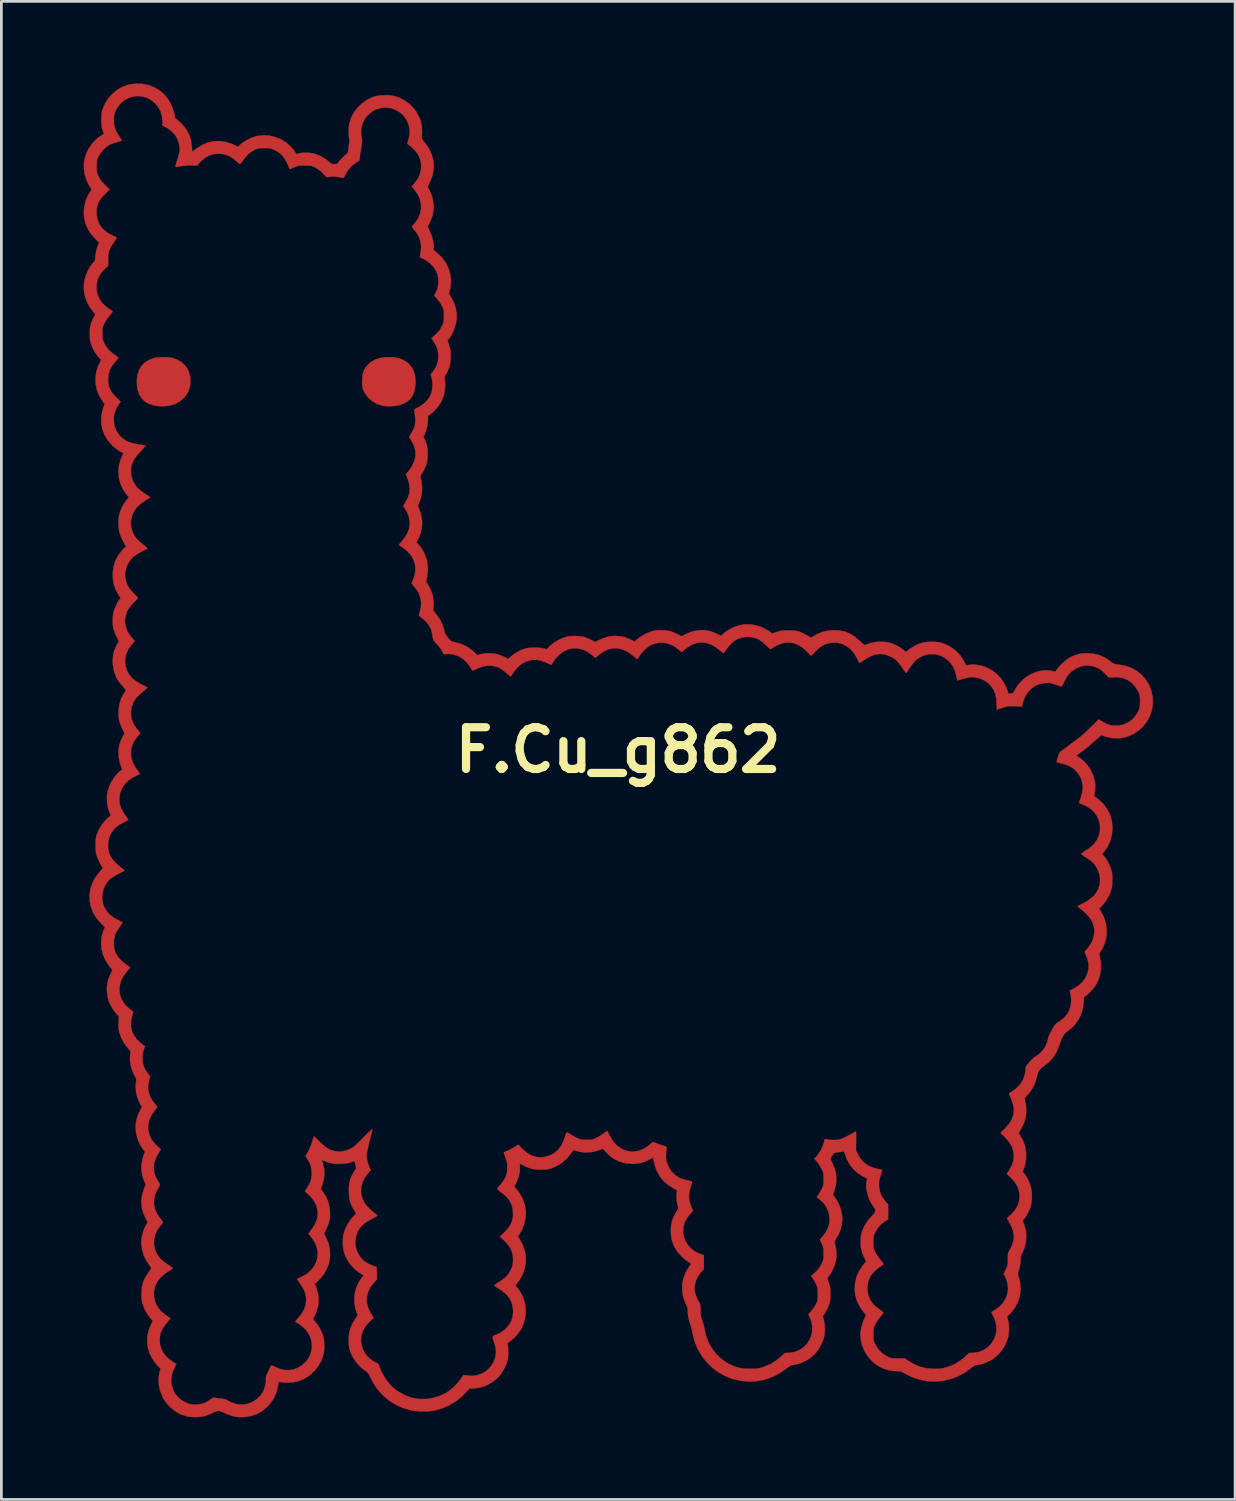
<source format=kicad_pcb>
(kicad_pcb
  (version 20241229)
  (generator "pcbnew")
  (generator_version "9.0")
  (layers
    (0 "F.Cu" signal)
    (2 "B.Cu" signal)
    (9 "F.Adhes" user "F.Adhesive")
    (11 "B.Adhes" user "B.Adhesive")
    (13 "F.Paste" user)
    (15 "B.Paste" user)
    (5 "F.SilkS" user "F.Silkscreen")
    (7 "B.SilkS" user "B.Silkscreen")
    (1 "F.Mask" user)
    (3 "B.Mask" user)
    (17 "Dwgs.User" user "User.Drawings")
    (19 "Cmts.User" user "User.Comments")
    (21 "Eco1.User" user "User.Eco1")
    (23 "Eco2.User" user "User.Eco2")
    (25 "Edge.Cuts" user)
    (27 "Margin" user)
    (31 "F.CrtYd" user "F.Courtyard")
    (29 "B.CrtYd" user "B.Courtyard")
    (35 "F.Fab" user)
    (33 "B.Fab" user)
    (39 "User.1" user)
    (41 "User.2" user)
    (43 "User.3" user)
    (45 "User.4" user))
  (footprint "F.Cu_g862"
    (layer "F.Cu")
    (at 19.52 24.341)
    (property "Reference" "F.Cu_g862" (at 0 0 0) (layer "F.SilkS") (effects (font (size 1.524 1.524) (thickness 0.3))))
    (attr through_hole)
    (fp_poly (pts (xy -16.517 -14.348) (xy -16.378 -14.338) (xy -16.267 -14.319) (xy -16.083 -14.251) (xy -15.926 -14.153) (xy -15.798 -14.027) (xy -15.701 -13.877) (xy -15.64 -13.705) (xy -15.622 -13.609) (xy -15.615 -13.405) (xy -15.647 -13.216) (xy -15.719 -13.044) (xy -15.829 -12.888) (xy -15.853 -12.861) (xy -16.001 -12.735) (xy -16.173 -12.642) (xy -16.367 -12.581) (xy -16.578 -12.554) (xy -16.803 -12.563) (xy -16.936 -12.584) (xy -17.118 -12.638) (xy -17.27 -12.723) (xy -17.393 -12.837) (xy -17.484 -12.98) (xy -17.544 -13.151) (xy -17.567 -13.288) (xy -17.573 -13.512) (xy -17.547 -13.713) (xy -17.488 -13.888) (xy -17.397 -14.038) (xy -17.275 -14.159) (xy -17.123 -14.253) (xy -16.941 -14.316) (xy -16.931 -14.318) (xy -16.809 -14.338) (xy -16.666 -14.348) (xy -16.517 -14.348)) (stroke (width 0.01) (type solid)) (fill yes) (layer "F.Cu"))
    (fp_poly (pts (xy -8.165 -14.34) (xy -7.992 -14.307) (xy -7.842 -14.248) (xy -7.707 -14.162) (xy -7.638 -14.103) (xy -7.53 -13.973) (xy -7.452 -13.816) (xy -7.406 -13.637) (xy -7.392 -13.439) (xy -7.404 -13.28) (xy -7.442 -13.093) (xy -7.505 -12.94) (xy -7.594 -12.815) (xy -7.712 -12.715) (xy -7.819 -12.656) (xy -7.973 -12.601) (xy -8.151 -12.567) (xy -8.337 -12.553) (xy -8.516 -12.562) (xy -8.629 -12.582) (xy -8.817 -12.648) (xy -8.985 -12.747) (xy -9.129 -12.876) (xy -9.242 -13.03) (xy -9.277 -13.096) (xy -9.307 -13.163) (xy -9.327 -13.218) (xy -9.338 -13.274) (xy -9.343 -13.344) (xy -9.345 -13.44) (xy -9.344 -13.473) (xy -9.337 -13.636) (xy -9.314 -13.769) (xy -9.272 -13.883) (xy -9.207 -13.987) (xy -9.152 -14.053) (xy -9.022 -14.172) (xy -8.871 -14.26) (xy -8.696 -14.318) (xy -8.495 -14.347) (xy -8.368 -14.351) (xy -8.165 -14.34)) (stroke (width 0.01) (type solid)) (fill yes) (layer "F.Cu"))
    (fp_poly (pts (xy -17.373 -24.329) (xy -17.148 -24.284) (xy -16.937 -24.204) (xy -16.745 -24.09) (xy -16.575 -23.946) (xy -16.433 -23.774) (xy -16.343 -23.618) (xy -16.285 -23.488) (xy -16.238 -23.358) (xy -16.206 -23.241) (xy -16.193 -23.147) (xy -16.192 -23.136) (xy -16.174 -23.082) (xy -16.122 -23.034) (xy -16.03 -22.961) (xy -15.931 -22.863) (xy -15.836 -22.755) (xy -15.758 -22.648) (xy -15.744 -22.626) (xy -15.65 -22.441) (xy -15.591 -22.252) (xy -15.564 -22.045) (xy -15.563 -22.043) (xy -15.552 -21.85) (xy -15.412 -21.956) (xy -15.205 -22.089) (xy -14.991 -22.182) (xy -14.771 -22.232) (xy -14.549 -22.242) (xy -14.325 -22.21) (xy -14.101 -22.135) (xy -14.042 -22.108) (xy -13.884 -22.032) (xy -13.776 -22.129) (xy -13.661 -22.215) (xy -13.519 -22.297) (xy -13.364 -22.367) (xy -13.212 -22.418) (xy -13.166 -22.429) (xy -12.951 -22.453) (xy -12.734 -22.439) (xy -12.519 -22.388) (xy -12.315 -22.305) (xy -12.126 -22.192) (xy -11.96 -22.05) (xy -11.823 -21.883) (xy -11.81 -21.863) (xy -11.747 -21.766) (xy -11.636 -21.796) (xy -11.536 -21.812) (xy -11.411 -21.816) (xy -11.277 -21.81) (xy -11.15 -21.792) (xy -11.064 -21.771) (xy -10.929 -21.72) (xy -10.791 -21.651) (xy -10.663 -21.572) (xy -10.558 -21.49) (xy -10.521 -21.455) (xy -10.481 -21.42) (xy -10.433 -21.404) (xy -10.361 -21.399) (xy -10.294 -21.402) (xy -10.255 -21.414) (xy -10.23 -21.441) (xy -10.222 -21.455) (xy -10.194 -21.493) (xy -10.144 -21.55) (xy -10.078 -21.617) (xy -10.032 -21.661) (xy -9.872 -21.812) (xy -9.836 -22.035) (xy -9.819 -22.157) (xy -9.812 -22.248) (xy -9.816 -22.316) (xy -9.821 -22.341) (xy -9.836 -22.44) (xy -9.841 -22.563) (xy -9.837 -22.696) (xy -9.824 -22.822) (xy -9.81 -22.9) (xy -9.741 -23.106) (xy -9.635 -23.299) (xy -9.497 -23.476) (xy -9.334 -23.629) (xy -9.151 -23.755) (xy -8.952 -23.848) (xy -8.824 -23.886) (xy -8.689 -23.907) (xy -8.533 -23.916) (xy -8.372 -23.913) (xy -8.226 -23.896) (xy -8.173 -23.886) (xy -7.975 -23.819) (xy -7.784 -23.717) (xy -7.608 -23.586) (xy -7.458 -23.433) (xy -7.381 -23.33) (xy -7.275 -23.144) (xy -7.204 -22.964) (xy -7.165 -22.778) (xy -7.157 -22.576) (xy -7.16 -22.517) (xy -7.171 -22.324) (xy -7.055 -22.184) (xy -6.914 -21.983) (xy -6.812 -21.771) (xy -6.751 -21.549) (xy -6.731 -21.325) (xy -6.742 -21.148) (xy -6.777 -20.983) (xy -6.841 -20.814) (xy -6.879 -20.734) (xy -6.923 -20.64) (xy -6.944 -20.575) (xy -6.943 -20.543) (xy -6.924 -20.513) (xy -6.894 -20.457) (xy -6.859 -20.389) (xy -6.779 -20.181) (xy -6.738 -19.963) (xy -6.736 -19.742) (xy -6.774 -19.523) (xy -6.852 -19.314) (xy -6.859 -19.298) (xy -6.895 -19.229) (xy -6.925 -19.173) (xy -6.943 -19.144) (xy -6.944 -19.112) (xy -6.922 -19.047) (xy -6.879 -18.953) (xy -6.797 -18.764) (xy -6.748 -18.585) (xy -6.731 -18.409) (xy -6.731 -18.393) (xy -6.731 -18.252) (xy -6.604 -18.152) (xy -6.441 -17.999) (xy -6.306 -17.821) (xy -6.204 -17.624) (xy -6.135 -17.415) (xy -6.102 -17.199) (xy -6.107 -16.982) (xy -6.138 -16.817) (xy -6.177 -16.669) (xy -6.117 -16.573) (xy -6.001 -16.358) (xy -5.926 -16.141) (xy -5.891 -15.925) (xy -5.891 -15.766) (xy -5.916 -15.601) (xy -5.963 -15.432) (xy -6.026 -15.269) (xy -6.103 -15.125) (xy -6.186 -15.013) (xy -6.229 -14.967) (xy -6.168 -14.781) (xy -6.138 -14.683) (xy -6.12 -14.6) (xy -6.11 -14.514) (xy -6.108 -14.408) (xy -6.108 -14.372) (xy -6.122 -14.159) (xy -6.167 -13.967) (xy -6.243 -13.788) (xy -6.297 -13.695) (xy -6.328 -13.636) (xy -6.336 -13.587) (xy -6.328 -13.534) (xy -6.31 -13.389) (xy -6.315 -13.223) (xy -6.341 -13.051) (xy -6.386 -12.884) (xy -6.442 -12.749) (xy -6.525 -12.61) (xy -6.627 -12.474) (xy -6.739 -12.357) (xy -6.816 -12.293) (xy -6.94 -12.203) (xy -6.941 -12.054) (xy -6.962 -11.846) (xy -7.019 -11.638) (xy -7.056 -11.546) (xy -7.105 -11.441) (xy -7.056 -11.334) (xy -6.988 -11.152) (xy -6.953 -10.969) (xy -6.947 -10.771) (xy -6.948 -10.754) (xy -6.97 -10.551) (xy -7.021 -10.369) (xy -7.105 -10.193) (xy -7.137 -10.139) (xy -7.223 -10.001) (xy -7.188 -9.853) (xy -7.155 -9.62) (xy -7.164 -9.388) (xy -7.215 -9.156) (xy -7.262 -9.028) (xy -7.309 -8.914) (xy -7.264 -8.809) (xy -7.19 -8.59) (xy -7.157 -8.368) (xy -7.154 -8.287) (xy -7.167 -8.102) (xy -7.206 -7.93) (xy -7.278 -7.755) (xy -7.291 -7.728) (xy -7.364 -7.583) (xy -7.321 -7.543) (xy -7.26 -7.477) (xy -7.19 -7.383) (xy -7.122 -7.276) (xy -7.07 -7.18) (xy -6.993 -6.977) (xy -6.951 -6.758) (xy -6.945 -6.529) (xy -6.977 -6.302) (xy -7.011 -6.147) (xy -6.943 -6.048) (xy -6.838 -5.855) (xy -6.768 -5.644) (xy -6.736 -5.425) (xy -6.738 -5.268) (xy -6.751 -5.099) (xy -6.637 -4.961) (xy -6.5 -4.763) (xy -6.4 -4.552) (xy -6.358 -4.411) (xy -6.34 -4.335) (xy -6.324 -4.281) (xy -6.305 -4.239) (xy -6.277 -4.195) (xy -6.233 -4.138) (xy -6.195 -4.09) (xy -6.141 -4.025) (xy -6.1 -3.985) (xy -6.058 -3.962) (xy -6.002 -3.947) (xy -5.953 -3.938) (xy -5.729 -3.878) (xy -5.519 -3.779) (xy -5.328 -3.646) (xy -5.245 -3.569) (xy -5.147 -3.471) (xy -5.023 -3.504) (xy -4.848 -3.534) (xy -4.658 -3.537) (xy -4.471 -3.514) (xy -4.35 -3.483) (xy -4.259 -3.449) (xy -4.171 -3.413) (xy -4.105 -3.38) (xy -4.098 -3.376) (xy -4.014 -3.326) (xy -3.9 -3.43) (xy -3.784 -3.519) (xy -3.642 -3.603) (xy -3.491 -3.673) (xy -3.365 -3.715) (xy -3.258 -3.734) (xy -3.126 -3.744) (xy -2.984 -3.744) (xy -2.849 -3.735) (xy -2.737 -3.716) (xy -2.731 -3.715) (xy -2.608 -3.683) (xy -2.479 -3.808) (xy -2.346 -3.917) (xy -2.188 -4.014) (xy -2.023 -4.092) (xy -1.881 -4.137) (xy -1.738 -4.16) (xy -1.577 -4.168) (xy -1.416 -4.161) (xy -1.276 -4.14) (xy -1.264 -4.137) (xy -1.176 -4.109) (xy -1.075 -4.068) (xy -0.984 -4.025) (xy -0.836 -3.947) (xy -0.677 -4.026) (xy -0.497 -4.104) (xy -0.325 -4.15) (xy -0.147 -4.169) (xy -0.095 -4.17) (xy 0.095 -4.157) (xy 0.272 -4.115) (xy 0.451 -4.039) (xy 0.46 -4.035) (xy 0.601 -3.964) (xy 0.729 -4.071) (xy 0.843 -4.153) (xy 0.979 -4.231) (xy 1.122 -4.298) (xy 1.257 -4.345) (xy 1.308 -4.358) (xy 1.44 -4.376) (xy 1.591 -4.38) (xy 1.74 -4.372) (xy 1.868 -4.351) (xy 1.874 -4.35) (xy 1.956 -4.324) (xy 2.056 -4.285) (xy 2.151 -4.242) (xy 2.16 -4.238) (xy 2.319 -4.158) (xy 2.477 -4.237) (xy 2.66 -4.316) (xy 2.834 -4.363) (xy 3.015 -4.381) (xy 3.054 -4.381) (xy 3.186 -4.377) (xy 3.302 -4.359) (xy 3.418 -4.326) (xy 3.549 -4.273) (xy 3.589 -4.255) (xy 3.759 -4.177) (xy 3.864 -4.27) (xy 3.963 -4.344) (xy 4.089 -4.419) (xy 4.227 -4.487) (xy 4.363 -4.54) (xy 4.434 -4.561) (xy 4.639 -4.593) (xy 4.854 -4.588) (xy 5.07 -4.549) (xy 5.277 -4.478) (xy 5.466 -4.377) (xy 5.532 -4.33) (xy 5.63 -4.255) (xy 5.794 -4.313) (xy 5.87 -4.338) (xy 5.936 -4.355) (xy 6.004 -4.364) (xy 6.088 -4.369) (xy 6.199 -4.37) (xy 6.223 -4.37) (xy 6.346 -4.368) (xy 6.438 -4.363) (xy 6.512 -4.353) (xy 6.579 -4.336) (xy 6.625 -4.321) (xy 6.775 -4.257) (xy 6.928 -4.175) (xy 7.011 -4.122) (xy 7.051 -4.107) (xy 7.086 -4.122) (xy 7.271 -4.235) (xy 7.455 -4.312) (xy 7.649 -4.359) (xy 7.832 -4.376) (xy 8.064 -4.371) (xy 8.274 -4.33) (xy 8.469 -4.253) (xy 8.652 -4.137) (xy 8.82 -3.99) (xy 8.907 -3.907) (xy 8.97 -3.855) (xy 9.009 -3.834) (xy 9.021 -3.835) (xy 9.054 -3.849) (xy 9.114 -3.872) (xy 9.192 -3.898) (xy 9.214 -3.905) (xy 9.382 -3.943) (xy 9.568 -3.959) (xy 9.753 -3.951) (xy 9.896 -3.926) (xy 10.02 -3.886) (xy 10.154 -3.827) (xy 10.282 -3.758) (xy 10.389 -3.687) (xy 10.421 -3.66) (xy 10.512 -3.58) (xy 10.616 -3.665) (xy 10.747 -3.756) (xy 10.897 -3.837) (xy 11.048 -3.9) (xy 11.139 -3.926) (xy 11.265 -3.947) (xy 11.412 -3.956) (xy 11.562 -3.954) (xy 11.701 -3.941) (xy 11.78 -3.926) (xy 11.989 -3.852) (xy 12.184 -3.743) (xy 12.361 -3.603) (xy 12.511 -3.438) (xy 12.624 -3.26) (xy 12.662 -3.187) (xy 12.692 -3.13) (xy 12.709 -3.099) (xy 12.711 -3.095) (xy 12.732 -3.096) (xy 12.782 -3.104) (xy 12.826 -3.113) (xy 12.938 -3.124) (xy 13.074 -3.116) (xy 13.22 -3.092) (xy 13.365 -3.054) (xy 13.412 -3.037) (xy 13.621 -2.936) (xy 13.808 -2.801) (xy 13.969 -2.634) (xy 14.1 -2.441) (xy 14.129 -2.387) (xy 14.171 -2.298) (xy 14.207 -2.214) (xy 14.23 -2.149) (xy 14.236 -2.127) (xy 14.247 -2.081) (xy 14.265 -2.062) (xy 14.305 -2.062) (xy 14.337 -2.067) (xy 14.392 -2.076) (xy 14.424 -2.082) (xy 14.427 -2.083) (xy 14.437 -2.101) (xy 14.463 -2.147) (xy 14.498 -2.213) (xy 14.51 -2.233) (xy 14.624 -2.405) (xy 14.767 -2.556) (xy 14.931 -2.686) (xy 15.111 -2.789) (xy 15.301 -2.863) (xy 15.494 -2.906) (xy 15.685 -2.914) (xy 15.833 -2.893) (xy 15.902 -2.877) (xy 15.952 -2.867) (xy 15.972 -2.864) (xy 16.049 -2.98) (xy 16.155 -3.102) (xy 16.277 -3.219) (xy 16.406 -3.32) (xy 16.53 -3.397) (xy 16.532 -3.398) (xy 16.686 -3.466) (xy 16.832 -3.51) (xy 16.986 -3.532) (xy 17.134 -3.537) (xy 17.358 -3.522) (xy 17.562 -3.474) (xy 17.754 -3.39) (xy 17.944 -3.267) (xy 17.981 -3.239) (xy 18.048 -3.188) (xy 18.101 -3.156) (xy 18.155 -3.138) (xy 18.227 -3.128) (xy 18.277 -3.123) (xy 18.518 -3.081) (xy 18.739 -3.004) (xy 18.94 -2.893) (xy 19.116 -2.753) (xy 19.265 -2.586) (xy 19.384 -2.394) (xy 19.47 -2.182) (xy 19.52 -1.951) (xy 19.529 -1.853) (xy 19.524 -1.625) (xy 19.482 -1.408) (xy 19.406 -1.206) (xy 19.3 -1.021) (xy 19.168 -0.855) (xy 19.013 -0.713) (xy 18.838 -0.596) (xy 18.648 -0.508) (xy 18.446 -0.45) (xy 18.235 -0.427) (xy 18.019 -0.44) (xy 17.802 -0.493) (xy 17.645 -0.546) (xy 17.404 -0.331) (xy 17.306 -0.245) (xy 17.205 -0.159) (xy 17.111 -0.081) (xy 17.035 -0.022) (xy 17.021 -0.011) (xy 16.944 0.047) (xy 16.871 0.102) (xy 16.816 0.144) (xy 16.809 0.149) (xy 16.741 0.203) (xy 16.845 0.271) (xy 17.004 0.396) (xy 17.142 0.548) (xy 17.257 0.721) (xy 17.345 0.909) (xy 17.403 1.103) (xy 17.428 1.298) (xy 17.418 1.486) (xy 17.411 1.523) (xy 17.396 1.598) (xy 17.386 1.654) (xy 17.383 1.682) (xy 17.383 1.683) (xy 17.448 1.725) (xy 17.529 1.789) (xy 17.615 1.863) (xy 17.694 1.939) (xy 17.728 1.975) (xy 17.866 2.159) (xy 17.967 2.362) (xy 18.03 2.582) (xy 18.055 2.817) (xy 18.055 2.846) (xy 18.035 3.087) (xy 17.977 3.312) (xy 17.881 3.52) (xy 17.762 3.692) (xy 17.677 3.797) (xy 17.761 3.892) (xy 17.836 3.993) (xy 17.909 4.121) (xy 17.972 4.261) (xy 18.019 4.396) (xy 18.023 4.412) (xy 18.044 4.532) (xy 18.053 4.677) (xy 18.052 4.828) (xy 18.04 4.969) (xy 18.022 5.066) (xy 17.968 5.222) (xy 17.892 5.381) (xy 17.799 5.53) (xy 17.698 5.658) (xy 17.627 5.727) (xy 17.564 5.779) (xy 17.629 5.88) (xy 17.738 6.087) (xy 17.811 6.306) (xy 17.845 6.531) (xy 17.841 6.756) (xy 17.799 6.977) (xy 17.718 7.187) (xy 17.691 7.239) (xy 17.652 7.307) (xy 17.615 7.364) (xy 17.595 7.392) (xy 17.577 7.421) (xy 17.574 7.458) (xy 17.586 7.519) (xy 17.589 7.529) (xy 17.632 7.772) (xy 17.634 8.009) (xy 17.595 8.236) (xy 17.516 8.452) (xy 17.434 8.601) (xy 17.376 8.681) (xy 17.301 8.769) (xy 17.219 8.855) (xy 17.139 8.93) (xy 17.072 8.982) (xy 17.063 8.987) (xy 17.036 9.006) (xy 17.019 9.029) (xy 17.01 9.067) (xy 17.006 9.129) (xy 17.004 9.204) (xy 16.979 9.43) (xy 16.914 9.647) (xy 16.811 9.851) (xy 16.672 10.037) (xy 16.598 10.113) (xy 16.527 10.177) (xy 16.455 10.235) (xy 16.396 10.277) (xy 16.394 10.277) (xy 16.324 10.338) (xy 16.255 10.438) (xy 16.187 10.573) (xy 16.122 10.739) (xy 16.098 10.815) (xy 16.011 11.033) (xy 15.89 11.226) (xy 15.735 11.396) (xy 15.557 11.536) (xy 15.452 11.616) (xy 15.38 11.696) (xy 15.334 11.786) (xy 15.304 11.895) (xy 15.24 12.13) (xy 15.142 12.342) (xy 15.008 12.532) (xy 14.939 12.608) (xy 14.884 12.666) (xy 14.854 12.704) (xy 14.845 12.734) (xy 14.85 12.767) (xy 14.857 12.788) (xy 14.891 12.93) (xy 14.906 13.095) (xy 14.901 13.271) (xy 14.876 13.443) (xy 14.846 13.557) (xy 14.815 13.636) (xy 14.769 13.734) (xy 14.715 13.834) (xy 14.663 13.922) (xy 14.645 13.95) (xy 14.636 13.977) (xy 14.65 14.018) (xy 14.687 14.079) (xy 14.691 14.085) (xy 14.796 14.278) (xy 14.867 14.489) (xy 14.902 14.711) (xy 14.9 14.935) (xy 14.86 15.155) (xy 14.83 15.249) (xy 14.778 15.393) (xy 14.853 15.491) (xy 14.941 15.626) (xy 15.018 15.785) (xy 15.075 15.95) (xy 15.08 15.969) (xy 15.101 16.088) (xy 15.111 16.231) (xy 15.11 16.381) (xy 15.098 16.522) (xy 15.08 16.622) (xy 15.039 16.745) (xy 14.98 16.878) (xy 14.913 17.004) (xy 14.844 17.106) (xy 14.842 17.108) (xy 14.779 17.187) (xy 14.843 17.371) (xy 14.875 17.473) (xy 14.894 17.558) (xy 14.903 17.646) (xy 14.905 17.757) (xy 14.905 17.757) (xy 14.895 17.937) (xy 14.865 18.096) (xy 14.811 18.252) (xy 14.764 18.352) (xy 14.72 18.449) (xy 14.701 18.518) (xy 14.702 18.551) (xy 14.705 18.607) (xy 14.699 18.691) (xy 14.684 18.791) (xy 14.663 18.894) (xy 14.638 18.989) (xy 14.63 19.014) (xy 14.611 19.07) (xy 14.603 19.113) (xy 14.606 19.157) (xy 14.621 19.215) (xy 14.643 19.283) (xy 14.681 19.45) (xy 14.697 19.635) (xy 14.69 19.82) (xy 14.661 19.98) (xy 14.593 20.172) (xy 14.496 20.357) (xy 14.376 20.522) (xy 14.274 20.627) (xy 14.203 20.69) (xy 14.238 20.796) (xy 14.263 20.911) (xy 14.275 21.052) (xy 14.273 21.205) (xy 14.259 21.355) (xy 14.232 21.488) (xy 14.227 21.505) (xy 14.141 21.719) (xy 14.022 21.915) (xy 13.873 22.087) (xy 13.7 22.23) (xy 13.575 22.304) (xy 13.443 22.366) (xy 13.31 22.414) (xy 13.187 22.446) (xy 13.087 22.458) (xy 13.085 22.458) (xy 13.03 22.47) (xy 12.962 22.511) (xy 12.908 22.555) (xy 12.673 22.729) (xy 12.418 22.868) (xy 12.15 22.97) (xy 11.871 23.033) (xy 11.586 23.059) (xy 11.299 23.046) (xy 11.014 22.992) (xy 10.795 22.922) (xy 10.692 22.878) (xy 10.579 22.823) (xy 10.488 22.774) (xy 10.411 22.731) (xy 10.35 22.704) (xy 10.289 22.69) (xy 10.211 22.683) (xy 10.16 22.681) (xy 9.944 22.659) (xy 9.749 22.609) (xy 9.563 22.525) (xy 9.423 22.439) (xy 9.256 22.301) (xy 9.113 22.133) (xy 8.997 21.941) (xy 8.911 21.733) (xy 8.861 21.516) (xy 8.848 21.345) (xy 8.86 21.204) (xy 8.892 21.046) (xy 8.942 20.889) (xy 8.995 20.766) (xy 9.06 20.637) (xy 8.955 20.511) (xy 8.818 20.315) (xy 8.72 20.106) (xy 8.66 19.888) (xy 8.64 19.666) (xy 8.658 19.443) (xy 8.715 19.223) (xy 8.81 19.011) (xy 8.945 18.81) (xy 8.952 18.801) (xy 9.06 18.668) (xy 8.999 18.547) (xy 8.937 18.414) (xy 8.896 18.299) (xy 8.871 18.186) (xy 8.861 18.061) (xy 8.859 17.96) (xy 8.861 17.845) (xy 8.868 17.757) (xy 8.881 17.681) (xy 8.904 17.601) (xy 8.918 17.56) (xy 9.009 17.355) (xy 9.132 17.165) (xy 9.278 17.001) (xy 9.278 17.001) (xy 9.352 16.924) (xy 9.391 16.86) (xy 9.396 16.799) (xy 9.368 16.731) (xy 9.325 16.668) (xy 9.226 16.515) (xy 9.148 16.343) (xy 9.094 16.163) (xy 9.064 15.984) (xy 9.064 15.817) (xy 9.078 15.725) (xy 9.095 15.65) (xy 8.935 15.567) (xy 8.758 15.454) (xy 8.598 15.309) (xy 8.463 15.139) (xy 8.357 14.952) (xy 8.29 14.763) (xy 8.271 14.703) (xy 8.252 14.666) (xy 8.243 14.659) (xy 8.208 14.663) (xy 8.136 14.673) (xy 8.033 14.688) (xy 7.944 14.702) (xy 7.9 14.716) (xy 7.864 14.747) (xy 7.824 14.807) (xy 7.815 14.822) (xy 7.753 14.933) (xy 7.836 15.097) (xy 7.923 15.313) (xy 7.968 15.531) (xy 7.971 15.752) (xy 7.932 15.977) (xy 7.906 16.065) (xy 7.849 16.235) (xy 7.925 16.338) (xy 8.032 16.513) (xy 8.115 16.707) (xy 8.169 16.909) (xy 8.191 17.105) (xy 8.191 17.124) (xy 8.173 17.316) (xy 8.123 17.515) (xy 8.046 17.705) (xy 7.961 17.85) (xy 7.925 17.906) (xy 7.909 17.945) (xy 7.912 17.986) (xy 7.929 18.047) (xy 7.958 18.182) (xy 7.973 18.34) (xy 7.972 18.5) (xy 7.955 18.647) (xy 7.951 18.663) (xy 7.899 18.841) (xy 7.821 19.017) (xy 7.725 19.173) (xy 7.712 19.19) (xy 7.636 19.29) (xy 7.697 19.461) (xy 7.725 19.546) (xy 7.743 19.62) (xy 7.753 19.696) (xy 7.757 19.79) (xy 7.757 19.865) (xy 7.754 19.999) (xy 7.744 20.103) (xy 7.726 20.187) (xy 7.717 20.214) (xy 7.667 20.345) (xy 7.608 20.47) (xy 7.547 20.574) (xy 7.525 20.606) (xy 7.477 20.67) (xy 7.516 20.818) (xy 7.547 21) (xy 7.554 21.197) (xy 7.534 21.389) (xy 7.534 21.39) (xy 7.501 21.513) (xy 7.445 21.652) (xy 7.373 21.793) (xy 7.293 21.923) (xy 7.213 22.025) (xy 7.059 22.168) (xy 6.881 22.289) (xy 6.689 22.38) (xy 6.494 22.438) (xy 6.412 22.451) (xy 6.355 22.461) (xy 6.303 22.479) (xy 6.248 22.51) (xy 6.178 22.561) (xy 6.129 22.6) (xy 5.936 22.734) (xy 5.718 22.853) (xy 5.491 22.948) (xy 5.323 23) (xy 5.06 23.047) (xy 4.784 23.06) (xy 4.505 23.037) (xy 4.234 22.981) (xy 4.17 22.962) (xy 3.901 22.855) (xy 3.651 22.713) (xy 3.423 22.538) (xy 3.22 22.335) (xy 3.046 22.107) (xy 2.902 21.857) (xy 2.792 21.588) (xy 2.72 21.305) (xy 2.709 21.241) (xy 2.689 21.141) (xy 2.66 21.034) (xy 2.636 20.966) (xy 2.605 20.869) (xy 2.577 20.754) (xy 2.556 20.633) (xy 2.543 20.523) (xy 2.542 20.441) (xy 2.534 20.376) (xy 2.503 20.284) (xy 2.472 20.214) (xy 2.407 20.06) (xy 2.367 19.917) (xy 2.347 19.768) (xy 2.343 19.621) (xy 2.348 19.498) (xy 2.362 19.396) (xy 2.388 19.294) (xy 2.402 19.251) (xy 2.442 19.146) (xy 2.491 19.039) (xy 2.544 18.942) (xy 2.594 18.864) (xy 2.635 18.817) (xy 2.662 18.784) (xy 2.657 18.753) (xy 2.615 18.718) (xy 2.566 18.69) (xy 2.508 18.652) (xy 2.432 18.593) (xy 2.351 18.522) (xy 2.305 18.478) (xy 2.153 18.3) (xy 2.039 18.105) (xy 1.962 17.889) (xy 1.958 17.876) (xy 1.938 17.759) (xy 1.928 17.618) (xy 1.929 17.472) (xy 1.941 17.336) (xy 1.958 17.245) (xy 1.993 17.137) (xy 2.045 17.015) (xy 2.105 16.897) (xy 2.163 16.801) (xy 2.164 16.8) (xy 2.187 16.764) (xy 2.195 16.732) (xy 2.191 16.689) (xy 2.173 16.621) (xy 2.172 16.618) (xy 2.151 16.516) (xy 2.138 16.398) (xy 2.133 16.28) (xy 2.139 16.178) (xy 2.146 16.137) (xy 2.152 16.1) (xy 2.144 16.074) (xy 2.114 16.05) (xy 2.054 16.019) (xy 2.044 16.014) (xy 1.84 15.891) (xy 1.664 15.739) (xy 1.519 15.559) (xy 1.407 15.354) (xy 1.331 15.129) (xy 1.317 15.067) (xy 1.301 14.987) (xy 1.288 14.924) (xy 1.281 14.889) (xy 1.28 14.886) (xy 1.262 14.893) (xy 1.216 14.915) (xy 1.152 14.949) (xy 1.142 14.954) (xy 0.973 15.035) (xy 0.815 15.085) (xy 0.65 15.109) (xy 0.535 15.113) (xy 0.296 15.094) (xy 0.073 15.036) (xy -0.132 14.939) (xy -0.32 14.804) (xy -0.491 14.629) (xy -0.492 14.629) (xy -0.549 14.56) (xy -0.746 14.628) (xy -0.962 14.682) (xy -1.178 14.698) (xy -1.388 14.674) (xy -1.489 14.648) (xy -1.56 14.626) (xy -1.614 14.612) (xy -1.639 14.608) (xy -1.639 14.609) (xy -1.653 14.628) (xy -1.683 14.674) (xy -1.725 14.736) (xy -1.731 14.745) (xy -1.871 14.917) (xy -2.04 15.066) (xy -2.232 15.186) (xy -2.438 15.273) (xy -2.507 15.293) (xy -2.623 15.313) (xy -2.763 15.323) (xy -2.911 15.322) (xy -3.05 15.311) (xy -3.119 15.3) (xy -3.195 15.279) (xy -3.291 15.244) (xy -3.389 15.202) (xy -3.416 15.189) (xy -3.593 15.102) (xy -3.583 15.229) (xy -3.588 15.388) (xy -3.624 15.562) (xy -3.689 15.739) (xy -3.715 15.794) (xy -3.789 15.942) (xy -3.694 16.051) (xy -3.577 16.212) (xy -3.481 16.397) (xy -3.411 16.595) (xy -3.373 16.793) (xy -3.366 16.91) (xy -3.385 17.126) (xy -3.44 17.344) (xy -3.526 17.55) (xy -3.605 17.685) (xy -3.658 17.763) (xy -3.596 17.855) (xy -3.482 18.06) (xy -3.407 18.276) (xy -3.371 18.5) (xy -3.373 18.726) (xy -3.414 18.95) (xy -3.494 19.167) (xy -3.611 19.372) (xy -3.65 19.426) (xy -3.75 19.558) (xy -3.666 19.654) (xy -3.544 19.824) (xy -3.454 20.015) (xy -3.396 20.222) (xy -3.372 20.438) (xy -3.381 20.657) (xy -3.425 20.871) (xy -3.503 21.076) (xy -3.55 21.164) (xy -3.652 21.309) (xy -3.78 21.45) (xy -3.917 21.568) (xy -3.948 21.59) (xy -4.004 21.632) (xy -4.032 21.663) (xy -4.037 21.694) (xy -4.033 21.714) (xy -4.015 21.825) (xy -4.007 21.958) (xy -4.009 22.097) (xy -4.021 22.222) (xy -4.031 22.275) (xy -4.081 22.433) (xy -4.159 22.598) (xy -4.255 22.755) (xy -4.345 22.87) (xy -4.46 22.982) (xy -4.599 23.087) (xy -4.747 23.175) (xy -4.889 23.237) (xy -4.895 23.239) (xy -4.979 23.263) (xy -5.078 23.284) (xy -5.179 23.301) (xy -5.272 23.313) (xy -5.345 23.317) (xy -5.388 23.312) (xy -5.424 23.32) (xy -5.477 23.367) (xy -5.498 23.392) (xy -5.702 23.605) (xy -5.93 23.786) (xy -6.178 23.934) (xy -6.442 24.046) (xy -6.717 24.12) (xy -6.927 24.149) (xy -7.234 24.154) (xy -7.529 24.118) (xy -7.811 24.043) (xy -8.078 23.929) (xy -8.329 23.777) (xy -8.561 23.586) (xy -8.627 23.521) (xy -8.791 23.333) (xy -8.929 23.127) (xy -9.028 22.939) (xy -9.073 22.846) (xy -9.11 22.781) (xy -9.146 22.735) (xy -9.19 22.697) (xy -9.244 22.658) (xy -9.409 22.527) (xy -9.556 22.367) (xy -9.678 22.188) (xy -9.768 21.998) (xy -9.81 21.863) (xy -9.832 21.721) (xy -9.841 21.559) (xy -9.834 21.395) (xy -9.814 21.25) (xy -9.81 21.234) (xy -9.759 21.075) (xy -9.682 20.91) (xy -9.588 20.758) (xy -9.579 20.744) (xy -9.506 20.646) (xy -9.561 20.499) (xy -9.6 20.354) (xy -9.624 20.187) (xy -9.63 20.015) (xy -9.617 19.853) (xy -9.601 19.769) (xy -9.543 19.592) (xy -9.463 19.422) (xy -9.371 19.279) (xy -9.294 19.18) (xy -9.383 19.128) (xy -9.57 18.996) (xy -9.732 18.835) (xy -9.866 18.653) (xy -9.967 18.455) (xy -10.022 18.283) (xy -10.044 18.15) (xy -10.052 17.998) (xy -10.048 17.844) (xy -10.032 17.707) (xy -10.022 17.663) (xy -9.962 17.486) (xy -9.875 17.309) (xy -9.769 17.148) (xy -9.696 17.06) (xy -9.639 16.999) (xy -9.595 16.95) (xy -9.57 16.922) (xy -9.567 16.918) (xy -9.578 16.9) (xy -9.606 16.855) (xy -9.645 16.793) (xy -9.649 16.788) (xy -9.728 16.648) (xy -9.783 16.506) (xy -9.816 16.351) (xy -9.83 16.173) (xy -9.832 16.087) (xy -9.827 15.925) (xy -9.81 15.791) (xy -9.779 15.672) (xy -9.728 15.553) (xy -9.655 15.422) (xy -9.649 15.413) (xy -9.564 15.272) (xy -9.59 15.145) (xy -9.604 15.077) (xy -9.615 15.029) (xy -9.62 15.012) (xy -9.64 15.016) (xy -9.689 15.031) (xy -9.749 15.052) (xy -9.841 15.078) (xy -9.952 15.096) (xy -10.094 15.106) (xy -10.118 15.107) (xy -10.291 15.108) (xy -10.438 15.094) (xy -10.572 15.062) (xy -10.708 15.011) (xy -10.713 15.008) (xy -10.767 14.985) (xy -10.803 14.973) (xy -10.81 14.972) (xy -10.806 14.993) (xy -10.792 15.044) (xy -10.771 15.112) (xy -10.77 15.114) (xy -10.73 15.302) (xy -10.724 15.505) (xy -10.752 15.711) (xy -10.789 15.843) (xy -10.854 16.033) (xy -10.784 16.118) (xy -10.672 16.288) (xy -10.588 16.482) (xy -10.534 16.692) (xy -10.516 16.902) (xy -10.521 17.055) (xy -10.543 17.191) (xy -10.585 17.327) (xy -10.65 17.479) (xy -10.652 17.483) (xy -10.737 17.661) (xy -10.673 17.779) (xy -10.581 17.989) (xy -10.528 18.211) (xy -10.514 18.438) (xy -10.539 18.663) (xy -10.572 18.79) (xy -10.644 18.966) (xy -10.746 19.14) (xy -10.867 19.295) (xy -10.957 19.385) (xy -11.076 19.488) (xy -11.02 19.627) (xy -10.958 19.831) (xy -10.931 20.037) (xy -10.942 20.235) (xy -10.942 20.235) (xy -10.962 20.332) (xy -10.995 20.443) (xy -11.034 20.554) (xy -11.076 20.653) (xy -11.115 20.725) (xy -11.122 20.734) (xy -11.134 20.758) (xy -11.13 20.784) (xy -11.105 20.821) (xy -11.055 20.878) (xy -11.051 20.883) (xy -10.952 21.011) (xy -10.863 21.164) (xy -10.792 21.325) (xy -10.76 21.423) (xy -10.736 21.558) (xy -10.726 21.715) (xy -10.729 21.878) (xy -10.747 22.027) (xy -10.762 22.098) (xy -10.838 22.305) (xy -10.95 22.5) (xy -11.092 22.675) (xy -11.258 22.827) (xy -11.445 22.949) (xy -11.646 23.038) (xy -11.723 23.06) (xy -11.875 23.088) (xy -12.046 23.099) (xy -12.215 23.094) (xy -12.278 23.087) (xy -12.396 23.07) (xy -12.421 23.229) (xy -12.476 23.458) (xy -12.569 23.667) (xy -12.701 23.86) (xy -12.812 23.981) (xy -12.989 24.13) (xy -13.18 24.241) (xy -13.389 24.314) (xy -13.619 24.353) (xy -13.684 24.357) (xy -13.832 24.359) (xy -13.964 24.346) (xy -14.094 24.316) (xy -14.235 24.265) (xy -14.353 24.214) (xy -14.44 24.177) (xy -14.521 24.148) (xy -14.582 24.132) (xy -14.6 24.13) (xy -14.648 24.14) (xy -14.72 24.165) (xy -14.803 24.201) (xy -14.828 24.214) (xy -14.926 24.258) (xy -15.033 24.299) (xy -15.127 24.328) (xy -15.136 24.33) (xy -15.283 24.352) (xy -15.449 24.36) (xy -15.613 24.352) (xy -15.757 24.329) (xy -15.758 24.329) (xy -15.962 24.259) (xy -16.157 24.152) (xy -16.334 24.014) (xy -16.487 23.852) (xy -16.609 23.67) (xy -16.634 23.622) (xy -16.719 23.41) (xy -16.768 23.192) (xy -16.781 22.977) (xy -16.758 22.772) (xy -16.737 22.691) (xy -16.708 22.595) (xy -16.843 22.449) (xy -16.946 22.319) (xy -17.039 22.168) (xy -17.114 22.013) (xy -17.162 21.866) (xy -17.162 21.865) (xy -17.197 21.633) (xy -17.19 21.408) (xy -17.142 21.187) (xy -17.068 21.001) (xy -16.993 20.845) (xy -17.077 20.746) (xy -17.204 20.574) (xy -17.3 20.392) (xy -17.348 20.267) (xy -17.375 20.18) (xy -17.392 20.104) (xy -17.401 20.023) (xy -17.405 19.922) (xy -17.405 19.865) (xy -17.399 19.712) (xy -17.381 19.575) (xy -17.346 19.446) (xy -17.292 19.316) (xy -17.216 19.178) (xy -17.114 19.022) (xy -17.052 18.935) (xy -17.053 18.903) (xy -17.087 18.846) (xy -17.126 18.794) (xy -17.233 18.635) (xy -17.318 18.453) (xy -17.378 18.259) (xy -17.409 18.064) (xy -17.409 17.886) (xy -17.387 17.754) (xy -17.351 17.613) (xy -17.304 17.478) (xy -17.252 17.366) (xy -17.235 17.337) (xy -17.175 17.242) (xy -17.245 17.114) (xy -17.341 16.9) (xy -17.396 16.687) (xy -17.41 16.473) (xy -17.383 16.254) (xy -17.315 16.027) (xy -17.312 16.021) (xy -17.249 15.856) (xy -17.29 15.775) (xy -17.365 15.584) (xy -17.403 15.378) (xy -17.405 15.163) (xy -17.371 14.949) (xy -17.342 14.853) (xy -17.279 14.666) (xy -17.348 14.577) (xy -17.466 14.393) (xy -17.552 14.187) (xy -17.603 13.967) (xy -17.617 13.791) (xy -17.611 13.638) (xy -17.587 13.498) (xy -17.543 13.357) (xy -17.479 13.209) (xy -17.394 13.03) (xy -17.458 12.913) (xy -17.55 12.705) (xy -17.603 12.492) (xy -17.618 12.279) (xy -17.607 12.152) (xy -17.596 12.073) (xy -17.596 12.021) (xy -17.606 11.98) (xy -17.63 11.935) (xy -17.637 11.925) (xy -17.726 11.75) (xy -17.788 11.555) (xy -17.821 11.354) (xy -17.822 11.16) (xy -17.818 11.127) (xy -17.802 11.004) (xy -17.918 10.868) (xy -18.042 10.696) (xy -18.144 10.506) (xy -18.213 10.313) (xy -18.215 10.306) (xy -18.233 10.218) (xy -18.242 10.123) (xy -18.242 10.006) (xy -18.24 9.944) (xy -18.23 9.718) (xy -18.292 9.659) (xy -18.365 9.576) (xy -18.442 9.466) (xy -18.515 9.344) (xy -18.575 9.222) (xy -18.6 9.158) (xy -18.641 8.999) (xy -18.664 8.822) (xy -18.665 8.644) (xy -18.649 8.504) (xy -18.627 8.42) (xy -18.592 8.318) (xy -18.551 8.218) (xy -18.544 8.202) (xy -18.465 8.032) (xy -18.566 7.907) (xy -18.701 7.709) (xy -18.8 7.499) (xy -18.859 7.28) (xy -18.88 7.057) (xy -18.861 6.835) (xy -18.802 6.617) (xy -18.78 6.563) (xy -18.74 6.469) (xy -18.901 6.309) (xy -19.055 6.128) (xy -19.171 5.931) (xy -19.251 5.721) (xy -19.294 5.505) (xy -19.299 5.285) (xy -19.267 5.066) (xy -19.197 4.853) (xy -19.09 4.65) (xy -18.945 4.461) (xy -18.941 4.458) (xy -18.879 4.387) (xy -18.842 4.339) (xy -18.827 4.307) (xy -18.83 4.284) (xy -18.834 4.279) (xy -18.93 4.115) (xy -19.013 3.927) (xy -19.025 3.895) (xy -19.05 3.817) (xy -19.066 3.748) (xy -19.076 3.673) (xy -19.08 3.58) (xy -19.081 3.482) (xy -19.08 3.361) (xy -19.075 3.268) (xy -19.063 3.191) (xy -19.045 3.116) (xy -19.031 3.072) (xy -18.956 2.897) (xy -18.851 2.724) (xy -18.725 2.568) (xy -18.654 2.498) (xy -18.526 2.383) (xy -18.567 2.287) (xy -18.627 2.105) (xy -18.661 1.907) (xy -18.667 1.709) (xy -18.644 1.524) (xy -18.636 1.491) (xy -18.577 1.315) (xy -18.493 1.142) (xy -18.391 0.984) (xy -18.277 0.85) (xy -18.195 0.778) (xy -18.104 0.708) (xy -18.143 0.617) (xy -18.207 0.422) (xy -18.241 0.214) (xy -18.243 0.007) (xy -18.214 -0.181) (xy -18.188 -0.264) (xy -18.149 -0.363) (xy -18.105 -0.458) (xy -18.103 -0.462) (xy -18.023 -0.618) (xy -18.11 -0.795) (xy -18.178 -0.95) (xy -18.22 -1.092) (xy -18.241 -1.239) (xy -18.242 -1.406) (xy -18.241 -1.432) (xy -18.215 -1.655) (xy -18.154 -1.861) (xy -18.055 -2.059) (xy -17.987 -2.163) (xy -17.978 -2.186) (xy -17.987 -2.213) (xy -18.018 -2.254) (xy -18.075 -2.315) (xy -18.077 -2.316) (xy -18.227 -2.494) (xy -18.337 -2.682) (xy -18.41 -2.886) (xy -18.447 -3.11) (xy -18.451 -3.175) (xy -18.452 -3.352) (xy -18.432 -3.505) (xy -18.39 -3.651) (xy -18.321 -3.806) (xy -18.311 -3.824) (xy -18.232 -3.976) (xy -18.319 -4.154) (xy -18.362 -4.248) (xy -18.4 -4.343) (xy -18.427 -4.423) (xy -18.432 -4.443) (xy -18.45 -4.566) (xy -18.456 -4.71) (xy -18.451 -4.857) (xy -18.434 -4.988) (xy -18.425 -5.028) (xy -18.395 -5.123) (xy -18.353 -5.23) (xy -18.305 -5.336) (xy -18.257 -5.43) (xy -18.214 -5.497) (xy -18.209 -5.502) (xy -18.167 -5.553) (xy -18.248 -5.679) (xy -18.351 -5.866) (xy -18.417 -6.056) (xy -18.45 -6.259) (xy -18.453 -6.465) (xy -18.426 -6.69) (xy -18.366 -6.895) (xy -18.271 -7.084) (xy -18.137 -7.265) (xy -18.08 -7.328) (xy -17.966 -7.449) (xy -18.011 -7.512) (xy -18.063 -7.598) (xy -18.118 -7.709) (xy -18.168 -7.83) (xy -18.206 -7.944) (xy -18.213 -7.968) (xy -18.233 -8.08) (xy -18.243 -8.217) (xy -18.244 -8.361) (xy -18.235 -8.495) (xy -18.222 -8.577) (xy -18.183 -8.709) (xy -18.12 -8.855) (xy -18.042 -8.999) (xy -17.966 -9.111) (xy -17.87 -9.236) (xy -17.961 -9.348) (xy -18.087 -9.534) (xy -18.176 -9.739) (xy -18.23 -9.955) (xy -18.246 -10.177) (xy -18.224 -10.399) (xy -18.164 -10.615) (xy -18.122 -10.714) (xy -18.063 -10.836) (xy -18.202 -10.916) (xy -18.279 -10.967) (xy -18.371 -11.038) (xy -18.461 -11.117) (xy -18.5 -11.154) (xy -18.651 -11.334) (xy -18.765 -11.531) (xy -18.84 -11.742) (xy -18.876 -11.962) (xy -18.872 -12.189) (xy -18.827 -12.417) (xy -18.808 -12.476) (xy -18.751 -12.644) (xy -18.817 -12.73) (xy -18.94 -12.925) (xy -19.026 -13.135) (xy -19.075 -13.354) (xy -19.085 -13.578) (xy -19.057 -13.8) (xy -18.991 -14.015) (xy -18.932 -14.139) (xy -18.875 -14.243) (xy -18.972 -14.352) (xy -19.102 -14.522) (xy -19.202 -14.715) (xy -19.244 -14.827) (xy -19.268 -14.911) (xy -19.283 -14.992) (xy -19.291 -15.087) (xy -19.293 -15.208) (xy -19.289 -15.353) (xy -19.274 -15.473) (xy -19.244 -15.585) (xy -19.196 -15.705) (xy -19.152 -15.796) (xy -19.091 -15.918) (xy -19.196 -16.044) (xy -19.324 -16.228) (xy -19.422 -16.431) (xy -19.487 -16.646) (xy -19.514 -16.861) (xy -19.515 -16.902) (xy -19.497 -17.098) (xy -19.447 -17.301) (xy -19.368 -17.497) (xy -19.266 -17.673) (xy -19.189 -17.773) (xy -19.136 -17.836) (xy -19.107 -17.884) (xy -19.095 -17.932) (xy -19.092 -17.984) (xy -19.082 -18.103) (xy -19.055 -18.239) (xy -19.016 -18.373) (xy -18.991 -18.436) (xy -18.951 -18.531) (xy -19.101 -18.681) (xy -19.26 -18.863) (xy -19.378 -19.056) (xy -19.459 -19.262) (xy -19.502 -19.486) (xy -19.509 -19.558) (xy -19.508 -19.603) (xy -19.046 -19.603) (xy -19.022 -19.419) (xy -18.963 -19.247) (xy -18.93 -19.183) (xy -18.849 -19.074) (xy -18.737 -18.966) (xy -18.607 -18.87) (xy -18.473 -18.796) (xy -18.399 -18.76) (xy -18.342 -18.73) (xy -18.312 -18.709) (xy -18.31 -18.705) (xy -18.321 -18.682) (xy -18.351 -18.633) (xy -18.396 -18.565) (xy -18.426 -18.522) (xy -18.512 -18.39) (xy -18.57 -18.275) (xy -18.605 -18.163) (xy -18.621 -18.04) (xy -18.621 -17.896) (xy -18.621 -17.89) (xy -18.618 -17.787) (xy -18.62 -17.719) (xy -18.626 -17.679) (xy -18.639 -17.658) (xy -18.643 -17.655) (xy -18.69 -17.62) (xy -18.752 -17.562) (xy -18.819 -17.491) (xy -18.88 -17.42) (xy -18.925 -17.359) (xy -18.931 -17.348) (xy -19.004 -17.184) (xy -19.042 -17.004) (xy -19.045 -16.82) (xy -19.011 -16.644) (xy -18.942 -16.479) (xy -18.841 -16.333) (xy -18.705 -16.202) (xy -18.581 -16.113) (xy -18.52 -16.071) (xy -18.475 -16.036) (xy -18.458 -16.015) (xy -18.458 -16.015) (xy -18.47 -15.991) (xy -18.505 -15.945) (xy -18.555 -15.883) (xy -18.577 -15.856) (xy -18.644 -15.77) (xy -18.709 -15.674) (xy -18.758 -15.587) (xy -18.762 -15.579) (xy -18.792 -15.512) (xy -18.811 -15.456) (xy -18.822 -15.397) (xy -18.827 -15.322) (xy -18.828 -15.219) (xy -18.827 -15.113) (xy -18.822 -15.037) (xy -18.811 -14.978) (xy -18.791 -14.922) (xy -18.769 -14.871) (xy -18.687 -14.726) (xy -18.584 -14.601) (xy -18.451 -14.487) (xy -18.401 -14.451) (xy -18.332 -14.401) (xy -18.279 -14.359) (xy -18.249 -14.332) (xy -18.246 -14.326) (xy -18.259 -14.304) (xy -18.294 -14.259) (xy -18.345 -14.2) (xy -18.365 -14.177) (xy -18.481 -14.029) (xy -18.561 -13.882) (xy -18.607 -13.726) (xy -18.623 -13.586) (xy -18.618 -13.409) (xy -18.584 -13.252) (xy -18.517 -13.107) (xy -18.413 -12.969) (xy -18.309 -12.863) (xy -18.165 -12.729) (xy -18.258 -12.584) (xy -18.339 -12.44) (xy -18.389 -12.305) (xy -18.413 -12.161) (xy -18.417 -12.062) (xy -18.397 -11.874) (xy -18.338 -11.698) (xy -18.243 -11.539) (xy -18.116 -11.402) (xy -17.96 -11.292) (xy -17.915 -11.269) (xy -17.819 -11.232) (xy -17.685 -11.198) (xy -17.531 -11.169) (xy -17.43 -11.152) (xy -17.344 -11.137) (xy -17.283 -11.126) (xy -17.255 -11.12) (xy -17.254 -11.12) (xy -17.264 -11.103) (xy -17.299 -11.061) (xy -17.352 -10.999) (xy -17.42 -10.923) (xy -17.451 -10.889) (xy -17.564 -10.761) (xy -17.648 -10.649) (xy -17.708 -10.547) (xy -17.75 -10.445) (xy -17.778 -10.335) (xy -17.783 -10.31) (xy -17.792 -10.145) (xy -17.765 -9.975) (xy -17.706 -9.808) (xy -17.617 -9.657) (xy -17.546 -9.571) (xy -17.49 -9.52) (xy -17.41 -9.457) (xy -17.319 -9.392) (xy -17.267 -9.357) (xy -17.076 -9.234) (xy -17.28 -9.102) (xy -17.373 -9.038) (xy -17.461 -8.971) (xy -17.533 -8.91) (xy -17.568 -8.874) (xy -17.665 -8.739) (xy -17.738 -8.585) (xy -17.782 -8.423) (xy -17.795 -8.266) (xy -17.79 -8.206) (xy -17.755 -8.039) (xy -17.697 -7.892) (xy -17.61 -7.758) (xy -17.49 -7.628) (xy -17.379 -7.533) (xy -17.304 -7.471) (xy -17.242 -7.42) (xy -17.201 -7.383) (xy -17.187 -7.367) (xy -17.205 -7.354) (xy -17.254 -7.325) (xy -17.325 -7.287) (xy -17.411 -7.242) (xy -17.577 -7.148) (xy -17.707 -7.051) (xy -17.809 -6.945) (xy -17.888 -6.823) (xy -17.905 -6.79) (xy -17.973 -6.616) (xy -18.003 -6.449) (xy -17.994 -6.282) (xy -17.992 -6.269) (xy -17.957 -6.124) (xy -17.904 -5.998) (xy -17.825 -5.878) (xy -17.716 -5.755) (xy -17.692 -5.732) (xy -17.625 -5.665) (xy -17.571 -5.61) (xy -17.536 -5.572) (xy -17.526 -5.558) (xy -17.54 -5.54) (xy -17.578 -5.498) (xy -17.635 -5.44) (xy -17.692 -5.382) (xy -17.808 -5.256) (xy -17.891 -5.137) (xy -17.949 -5.013) (xy -17.987 -4.872) (xy -17.993 -4.84) (xy -18.005 -4.749) (xy -18.005 -4.671) (xy -17.991 -4.585) (xy -17.984 -4.551) (xy -17.95 -4.425) (xy -17.905 -4.318) (xy -17.841 -4.215) (xy -17.758 -4.107) (xy -17.65 -3.978) (xy -17.75 -3.868) (xy -17.865 -3.713) (xy -17.947 -3.545) (xy -17.993 -3.369) (xy -18.001 -3.192) (xy -17.992 -3.115) (xy -17.942 -2.931) (xy -17.861 -2.769) (xy -17.745 -2.629) (xy -17.594 -2.506) (xy -17.404 -2.399) (xy -17.403 -2.399) (xy -17.317 -2.357) (xy -17.247 -2.32) (xy -17.202 -2.294) (xy -17.188 -2.282) (xy -17.203 -2.263) (xy -17.244 -2.225) (xy -17.304 -2.173) (xy -17.341 -2.142) (xy -17.475 -2.026) (xy -17.577 -1.923) (xy -17.652 -1.826) (xy -17.707 -1.728) (xy -17.709 -1.724) (xy -17.772 -1.54) (xy -17.793 -1.355) (xy -17.773 -1.173) (xy -17.71 -0.994) (xy -17.606 -0.819) (xy -17.552 -0.749) (xy -17.444 -0.619) (xy -17.549 -0.495) (xy -17.672 -0.323) (xy -17.752 -0.148) (xy -17.79 0.031) (xy -17.786 0.213) (xy -17.739 0.398) (xy -17.651 0.586) (xy -17.549 0.739) (xy -17.505 0.799) (xy -17.474 0.845) (xy -17.463 0.867) (xy -17.462 0.867) (xy -17.48 0.881) (xy -17.528 0.908) (xy -17.598 0.943) (xy -17.648 0.967) (xy -17.831 1.073) (xy -17.977 1.199) (xy -18.088 1.348) (xy -18.165 1.521) (xy -18.194 1.63) (xy -18.214 1.798) (xy -18.199 1.96) (xy -18.148 2.121) (xy -18.059 2.286) (xy -17.994 2.381) (xy -17.945 2.449) (xy -17.908 2.505) (xy -17.888 2.539) (xy -17.886 2.544) (xy -17.904 2.559) (xy -17.952 2.588) (xy -18.021 2.624) (xy -18.07 2.648) (xy -18.253 2.755) (xy -18.4 2.882) (xy -18.511 3.031) (xy -18.584 3.2) (xy -18.62 3.389) (xy -18.623 3.432) (xy -18.621 3.585) (xy -18.598 3.722) (xy -18.551 3.849) (xy -18.476 3.971) (xy -18.37 4.094) (xy -18.23 4.224) (xy -18.133 4.303) (xy -18.011 4.401) (xy -18.218 4.506) (xy -18.359 4.581) (xy -18.469 4.65) (xy -18.556 4.719) (xy -18.631 4.797) (xy -18.672 4.848) (xy -18.761 5.001) (xy -18.817 5.172) (xy -18.839 5.351) (xy -18.825 5.531) (xy -18.776 5.701) (xy -18.757 5.744) (xy -18.668 5.891) (xy -18.557 6.014) (xy -18.415 6.12) (xy -18.291 6.19) (xy -18.21 6.231) (xy -18.146 6.267) (xy -18.107 6.291) (xy -18.098 6.299) (xy -18.109 6.321) (xy -18.14 6.369) (xy -18.184 6.435) (xy -18.215 6.478) (xy -18.302 6.611) (xy -18.361 6.729) (xy -18.395 6.844) (xy -18.41 6.969) (xy -18.41 7.091) (xy -18.403 7.199) (xy -18.392 7.28) (xy -18.372 7.348) (xy -18.344 7.412) (xy -18.247 7.569) (xy -18.114 7.713) (xy -17.961 7.831) (xy -17.895 7.876) (xy -17.847 7.912) (xy -17.823 7.934) (xy -17.822 7.936) (xy -17.835 7.958) (xy -17.87 8.003) (xy -17.92 8.063) (xy -17.941 8.087) (xy -18.066 8.257) (xy -18.152 8.433) (xy -18.199 8.613) (xy -18.209 8.792) (xy -18.181 8.967) (xy -18.115 9.133) (xy -18.013 9.286) (xy -17.873 9.423) (xy -17.845 9.445) (xy -17.784 9.491) (xy -17.736 9.527) (xy -17.711 9.546) (xy -17.711 9.546) (xy -17.709 9.572) (xy -17.719 9.624) (xy -17.735 9.676) (xy -17.783 9.873) (xy -17.789 10.063) (xy -17.755 10.243) (xy -17.681 10.414) (xy -17.567 10.571) (xy -17.413 10.715) (xy -17.376 10.743) (xy -17.275 10.818) (xy -17.319 10.939) (xy -17.346 11.032) (xy -17.36 11.137) (xy -17.364 11.25) (xy -17.355 11.407) (xy -17.323 11.542) (xy -17.265 11.669) (xy -17.18 11.796) (xy -17.088 11.918) (xy -17.127 12.06) (xy -17.16 12.253) (xy -17.152 12.44) (xy -17.102 12.619) (xy -17.01 12.791) (xy -16.92 12.908) (xy -16.873 12.964) (xy -16.84 13.009) (xy -16.828 13.032) (xy -16.84 13.056) (xy -16.873 13.102) (xy -16.92 13.162) (xy -16.923 13.166) (xy -17.043 13.339) (xy -17.121 13.518) (xy -17.159 13.699) (xy -17.156 13.88) (xy -17.113 14.056) (xy -17.029 14.226) (xy -16.906 14.385) (xy -16.846 14.444) (xy -16.696 14.583) (xy -16.779 14.716) (xy -16.875 14.894) (xy -16.933 15.064) (xy -16.953 15.231) (xy -16.936 15.4) (xy -16.925 15.452) (xy -16.905 15.521) (xy -16.881 15.584) (xy -16.847 15.653) (xy -16.798 15.737) (xy -16.744 15.824) (xy -16.732 15.85) (xy -16.734 15.88) (xy -16.752 15.924) (xy -16.79 15.991) (xy -16.801 16.009) (xy -16.893 16.196) (xy -16.942 16.382) (xy -16.949 16.566) (xy -16.915 16.748) (xy -16.837 16.927) (xy -16.718 17.102) (xy -16.714 17.107) (xy -16.666 17.167) (xy -16.631 17.214) (xy -16.616 17.24) (xy -16.616 17.241) (xy -16.629 17.263) (xy -16.662 17.307) (xy -16.709 17.364) (xy -16.71 17.364) (xy -16.827 17.531) (xy -16.907 17.707) (xy -16.946 17.889) (xy -16.946 18.073) (xy -16.905 18.255) (xy -16.862 18.359) (xy -16.801 18.465) (xy -16.728 18.558) (xy -16.633 18.647) (xy -16.51 18.739) (xy -16.459 18.774) (xy -16.379 18.828) (xy -16.313 18.874) (xy -16.27 18.907) (xy -16.256 18.921) (xy -16.273 18.937) (xy -16.318 18.97) (xy -16.384 19.014) (xy -16.435 19.047) (xy -16.525 19.108) (xy -16.614 19.176) (xy -16.687 19.239) (xy -16.708 19.26) (xy -16.823 19.412) (xy -16.903 19.579) (xy -16.946 19.755) (xy -16.95 19.934) (xy -16.92 20.089) (xy -16.863 20.244) (xy -16.785 20.377) (xy -16.682 20.496) (xy -16.545 20.61) (xy -16.488 20.65) (xy -16.342 20.75) (xy -16.41 20.831) (xy -16.517 20.964) (xy -16.598 21.076) (xy -16.657 21.174) (xy -16.696 21.266) (xy -16.721 21.361) (xy -16.735 21.467) (xy -16.738 21.498) (xy -16.73 21.686) (xy -16.683 21.862) (xy -16.597 22.026) (xy -16.474 22.173) (xy -16.315 22.302) (xy -16.301 22.311) (xy -16.131 22.421) (xy -16.191 22.54) (xy -16.274 22.741) (xy -16.314 22.934) (xy -16.314 23.121) (xy -16.276 23.286) (xy -16.223 23.418) (xy -16.156 23.529) (xy -16.065 23.633) (xy -16.025 23.671) (xy -15.873 23.785) (xy -15.705 23.862) (xy -15.524 23.9) (xy -15.337 23.899) (xy -15.148 23.857) (xy -15.14 23.854) (xy -15.064 23.821) (xy -14.975 23.773) (xy -14.903 23.727) (xy -14.832 23.68) (xy -14.782 23.655) (xy -14.741 23.648) (xy -14.706 23.652) (xy -14.651 23.662) (xy -14.57 23.673) (xy -14.48 23.685) (xy -14.47 23.686) (xy -14.386 23.699) (xy -14.315 23.716) (xy -14.272 23.734) (xy -14.268 23.737) (xy -14.209 23.777) (xy -14.122 23.819) (xy -14.023 23.857) (xy -13.925 23.886) (xy -13.869 23.897) (xy -13.686 23.902) (xy -13.507 23.868) (xy -13.338 23.799) (xy -13.187 23.699) (xy -13.058 23.571) (xy -12.96 23.418) (xy -12.951 23.401) (xy -12.91 23.295) (xy -12.879 23.179) (xy -12.861 23.067) (xy -12.858 22.974) (xy -12.862 22.946) (xy -12.859 22.899) (xy -12.836 22.826) (xy -12.791 22.723) (xy -12.777 22.695) (xy -12.737 22.611) (xy -12.703 22.54) (xy -12.681 22.491) (xy -12.674 22.476) (xy -12.652 22.472) (xy -12.6 22.489) (xy -12.535 22.519) (xy -12.34 22.6) (xy -12.154 22.64) (xy -11.975 22.64) (xy -11.798 22.599) (xy -11.697 22.558) (xy -11.535 22.459) (xy -11.4 22.333) (xy -11.294 22.185) (xy -11.222 22.02) (xy -11.184 21.845) (xy -11.185 21.663) (xy -11.206 21.548) (xy -11.262 21.384) (xy -11.344 21.242) (xy -11.457 21.114) (xy -11.605 20.994) (xy -11.636 20.973) (xy -11.792 20.868) (xy -11.663 20.719) (xy -11.54 20.558) (xy -11.455 20.403) (xy -11.406 20.247) (xy -11.39 20.084) (xy -11.394 20.001) (xy -11.415 19.869) (xy -11.459 19.741) (xy -11.529 19.607) (xy -11.615 19.478) (xy -11.664 19.408) (xy -11.701 19.354) (xy -11.72 19.321) (xy -11.722 19.315) (xy -11.701 19.305) (xy -11.651 19.28) (xy -11.58 19.246) (xy -11.531 19.222) (xy -11.353 19.117) (xy -11.208 18.989) (xy -11.096 18.843) (xy -11.018 18.682) (xy -10.976 18.512) (xy -10.97 18.337) (xy -11.001 18.161) (xy -11.07 17.987) (xy -11.179 17.822) (xy -11.21 17.784) (xy -11.257 17.728) (xy -11.291 17.683) (xy -11.303 17.66) (xy -11.29 17.637) (xy -11.257 17.589) (xy -11.209 17.526) (xy -11.188 17.5) (xy -11.074 17.329) (xy -11.001 17.152) (xy -10.969 16.971) (xy -10.977 16.792) (xy -11.026 16.616) (xy -11.114 16.448) (xy -11.241 16.291) (xy -11.29 16.244) (xy -11.437 16.109) (xy -11.359 15.992) (xy -11.282 15.866) (xy -11.231 15.754) (xy -11.202 15.642) (xy -11.19 15.516) (xy -11.189 15.452) (xy -11.198 15.295) (xy -11.226 15.163) (xy -11.279 15.04) (xy -11.346 14.932) (xy -11.381 14.877) (xy -11.404 14.836) (xy -11.408 14.823) (xy -11.397 14.798) (xy -11.369 14.748) (xy -11.334 14.691) (xy -11.297 14.622) (xy -11.254 14.527) (xy -11.211 14.419) (xy -11.182 14.337) (xy -11.104 14.098) (xy -10.889 14.309) (xy -10.766 14.424) (xy -10.659 14.51) (xy -10.558 14.572) (xy -10.455 14.616) (xy -10.34 14.646) (xy -10.309 14.652) (xy -10.147 14.663) (xy -9.975 14.634) (xy -9.793 14.567) (xy -9.783 14.563) (xy -9.733 14.537) (xy -9.683 14.506) (xy -9.63 14.466) (xy -9.568 14.411) (xy -9.491 14.337) (xy -9.394 14.241) (xy -9.31 14.154) (xy -9.215 14.058) (xy -9.13 13.975) (xy -9.06 13.909) (xy -9.008 13.864) (xy -8.98 13.844) (xy -8.975 13.845) (xy -8.98 13.875) (xy -8.993 13.94) (xy -9.014 14.031) (xy -9.04 14.142) (xy -9.069 14.259) (xy -9.1 14.388) (xy -9.128 14.511) (xy -9.152 14.619) (xy -9.169 14.702) (xy -9.177 14.746) (xy -9.177 14.893) (xy -9.143 15.06) (xy -9.088 15.212) (xy -9.033 15.343) (xy -9.132 15.456) (xy -9.252 15.619) (xy -9.335 15.791) (xy -9.38 15.969) (xy -9.385 16.146) (xy -9.377 16.21) (xy -9.335 16.375) (xy -9.265 16.523) (xy -9.163 16.662) (xy -9.027 16.797) (xy -8.924 16.88) (xy -8.86 16.931) (xy -8.812 16.973) (xy -8.787 16.998) (xy -8.785 17.002) (xy -8.802 17.017) (xy -8.85 17.046) (xy -8.921 17.085) (xy -8.999 17.125) (xy -9.18 17.229) (xy -9.324 17.339) (xy -9.432 17.459) (xy -9.503 17.577) (xy -9.572 17.763) (xy -9.598 17.95) (xy -9.583 18.135) (xy -9.526 18.317) (xy -9.505 18.362) (xy -9.403 18.525) (xy -9.273 18.657) (xy -9.115 18.76) (xy -8.979 18.818) (xy -8.816 18.876) (xy -8.81 19.102) (xy -8.804 19.329) (xy -8.919 19.453) (xy -9.045 19.616) (xy -9.129 19.788) (xy -9.173 19.967) (xy -9.175 20.151) (xy -9.136 20.336) (xy -9.055 20.52) (xy -9.015 20.586) (xy -8.965 20.667) (xy -8.939 20.72) (xy -8.935 20.751) (xy -8.95 20.767) (xy -8.953 20.768) (xy -8.977 20.785) (xy -9.022 20.825) (xy -9.081 20.88) (xy -9.102 20.9) (xy -9.233 21.056) (xy -9.326 21.23) (xy -9.38 21.417) (xy -9.389 21.587) (xy -9.36 21.758) (xy -9.298 21.923) (xy -9.205 22.075) (xy -9.086 22.207) (xy -8.944 22.312) (xy -8.864 22.353) (xy -8.797 22.385) (xy -8.757 22.415) (xy -8.732 22.457) (xy -8.71 22.518) (xy -8.63 22.717) (xy -8.519 22.916) (xy -8.383 23.103) (xy -8.233 23.266) (xy -8.162 23.328) (xy -8.052 23.407) (xy -7.919 23.486) (xy -7.775 23.559) (xy -7.636 23.618) (xy -7.526 23.653) (xy -7.278 23.695) (xy -7.024 23.697) (xy -6.771 23.662) (xy -6.526 23.589) (xy -6.297 23.482) (xy -6.262 23.461) (xy -6.125 23.364) (xy -5.985 23.241) (xy -5.854 23.105) (xy -5.746 22.967) (xy -5.745 22.965) (xy -5.644 22.818) (xy -5.558 22.834) (xy -5.358 22.851) (xy -5.167 22.832) (xy -4.989 22.776) (xy -4.831 22.687) (xy -4.798 22.661) (xy -4.657 22.521) (xy -4.553 22.362) (xy -4.487 22.19) (xy -4.46 22.007) (xy -4.473 21.818) (xy -4.518 21.654) (xy -4.555 21.552) (xy -4.578 21.482) (xy -4.582 21.435) (xy -4.567 21.404) (xy -4.529 21.379) (xy -4.466 21.353) (xy -4.423 21.336) (xy -4.291 21.273) (xy -4.181 21.199) (xy -4.127 21.152) (xy -3.996 21.01) (xy -3.905 20.862) (xy -3.852 20.701) (xy -3.834 20.522) (xy -3.835 20.45) (xy -3.857 20.278) (xy -3.906 20.126) (xy -3.986 19.989) (xy -4.1 19.861) (xy -4.252 19.738) (xy -4.322 19.691) (xy -4.403 19.637) (xy -4.469 19.592) (xy -4.514 19.561) (xy -4.53 19.549) (xy -4.513 19.535) (xy -4.468 19.504) (xy -4.402 19.459) (xy -4.331 19.413) (xy -4.195 19.318) (xy -4.09 19.229) (xy -4.01 19.139) (xy -3.944 19.038) (xy -3.909 18.969) (xy -3.87 18.874) (xy -3.848 18.783) (xy -3.836 18.676) (xy -3.835 18.657) (xy -3.84 18.476) (xy -3.878 18.312) (xy -3.95 18.159) (xy -4.06 18.012) (xy -4.176 17.895) (xy -4.316 17.766) (xy -4.15 17.607) (xy -4.026 17.475) (xy -3.937 17.349) (xy -3.878 17.219) (xy -3.845 17.078) (xy -3.835 16.974) (xy -3.844 16.774) (xy -3.891 16.593) (xy -3.976 16.43) (xy -4.099 16.286) (xy -4.206 16.198) (xy -4.299 16.13) (xy -4.362 16.083) (xy -4.399 16.049) (xy -4.411 16.022) (xy -4.402 15.993) (xy -4.374 15.958) (xy -4.33 15.908) (xy -4.326 15.904) (xy -4.218 15.77) (xy -4.14 15.652) (xy -4.088 15.54) (xy -4.057 15.425) (xy -4.045 15.297) (xy -4.044 15.231) (xy -4.047 15.134) (xy -4.059 15.051) (xy -4.083 14.965) (xy -4.115 14.873) (xy -4.148 14.785) (xy -4.166 14.729) (xy -4.17 14.696) (xy -4.162 14.68) (xy -4.152 14.674) (xy -4.066 14.64) (xy -3.963 14.593) (xy -3.859 14.541) (xy -3.77 14.492) (xy -3.741 14.475) (xy -3.64 14.41) (xy -3.487 14.566) (xy -3.327 14.705) (xy -3.161 14.803) (xy -2.989 14.859) (xy -2.811 14.874) (xy -2.692 14.861) (xy -2.499 14.807) (xy -2.332 14.72) (xy -2.191 14.599) (xy -2.075 14.445) (xy -1.983 14.257) (xy -1.937 14.118) (xy -1.915 14.046) (xy -1.895 13.99) (xy -1.883 13.963) (xy -1.86 13.966) (xy -1.81 13.988) (xy -1.744 14.026) (xy -1.715 14.044) (xy -1.59 14.12) (xy -1.485 14.173) (xy -1.388 14.207) (xy -1.289 14.226) (xy -1.174 14.233) (xy -1.143 14.233) (xy -1.044 14.233) (xy -0.972 14.227) (xy -0.912 14.214) (xy -0.85 14.19) (xy -0.799 14.167) (xy -0.704 14.116) (xy -0.602 14.053) (xy -0.527 14) (xy -0.466 13.955) (xy -0.419 13.922) (xy -0.394 13.909) (xy -0.393 13.91) (xy -0.381 13.931) (xy -0.355 13.981) (xy -0.319 14.051) (xy -0.297 14.095) (xy -0.184 14.282) (xy -0.051 14.431) (xy 0.102 14.544) (xy 0.277 14.622) (xy 0.397 14.651) (xy 0.571 14.663) (xy 0.747 14.634) (xy 0.921 14.568) (xy 1.085 14.466) (xy 1.153 14.41) (xy 1.27 14.305) (xy 1.434 14.37) (xy 1.524 14.404) (xy 1.612 14.435) (xy 1.68 14.455) (xy 1.688 14.457) (xy 1.733 14.47) (xy 1.761 14.485) (xy 1.774 14.512) (xy 1.774 14.559) (xy 1.764 14.635) (xy 1.755 14.689) (xy 1.748 14.871) (xy 1.779 15.05) (xy 1.846 15.22) (xy 1.945 15.375) (xy 2.073 15.507) (xy 2.217 15.606) (xy 2.291 15.639) (xy 2.388 15.672) (xy 2.489 15.7) (xy 2.509 15.705) (xy 2.592 15.724) (xy 2.658 15.741) (xy 2.697 15.753) (xy 2.703 15.756) (xy 2.701 15.779) (xy 2.689 15.833) (xy 2.667 15.907) (xy 2.656 15.938) (xy 2.607 16.122) (xy 2.589 16.289) (xy 2.603 16.451) (xy 2.651 16.619) (xy 2.69 16.716) (xy 2.738 16.826) (xy 2.627 16.943) (xy 2.51 17.095) (xy 2.43 17.258) (xy 2.387 17.428) (xy 2.379 17.6) (xy 2.404 17.768) (xy 2.462 17.929) (xy 2.551 18.078) (xy 2.67 18.208) (xy 2.817 18.317) (xy 2.991 18.399) (xy 3.043 18.416) (xy 3.133 18.443) (xy 3.133 18.95) (xy 3.039 19.05) (xy 2.929 19.198) (xy 2.848 19.367) (xy 2.803 19.547) (xy 2.794 19.666) (xy 2.807 19.783) (xy 2.842 19.915) (xy 2.893 20.045) (xy 2.945 20.14) (xy 2.976 20.19) (xy 2.996 20.232) (xy 3.007 20.279) (xy 3.013 20.341) (xy 3.015 20.431) (xy 3.015 20.468) (xy 3.017 20.577) (xy 3.024 20.658) (xy 3.037 20.724) (xy 3.058 20.79) (xy 3.074 20.828) (xy 3.107 20.924) (xy 3.137 21.036) (xy 3.154 21.124) (xy 3.209 21.38) (xy 3.302 21.623) (xy 3.428 21.848) (xy 3.584 22.051) (xy 3.767 22.228) (xy 3.974 22.374) (xy 4.134 22.456) (xy 4.271 22.513) (xy 4.394 22.552) (xy 4.516 22.577) (xy 4.651 22.59) (xy 4.813 22.593) (xy 4.826 22.593) (xy 4.947 22.592) (xy 5.039 22.588) (xy 5.112 22.58) (xy 5.181 22.566) (xy 5.256 22.544) (xy 5.308 22.527) (xy 5.556 22.424) (xy 5.778 22.289) (xy 5.944 22.152) (xy 6.085 22.019) (xy 6.256 22.009) (xy 6.443 21.979) (xy 6.612 21.914) (xy 6.76 21.819) (xy 6.884 21.698) (xy 6.982 21.556) (xy 7.051 21.397) (xy 7.088 21.225) (xy 7.091 21.046) (xy 7.057 20.864) (xy 7.011 20.739) (xy 6.951 20.606) (xy 7.066 20.47) (xy 7.129 20.388) (xy 7.189 20.3) (xy 7.234 20.222) (xy 7.237 20.216) (xy 7.262 20.158) (xy 7.278 20.104) (xy 7.287 20.043) (xy 7.291 19.962) (xy 7.292 19.865) (xy 7.291 19.757) (xy 7.286 19.68) (xy 7.276 19.62) (xy 7.259 19.566) (xy 7.235 19.511) (xy 7.192 19.427) (xy 7.143 19.341) (xy 7.115 19.297) (xy 7.051 19.205) (xy 7.197 19.074) (xy 7.287 18.987) (xy 7.353 18.904) (xy 7.41 18.807) (xy 7.423 18.781) (xy 7.459 18.706) (xy 7.483 18.647) (xy 7.496 18.592) (xy 7.502 18.526) (xy 7.504 18.436) (xy 7.504 18.395) (xy 7.502 18.289) (xy 7.497 18.212) (xy 7.486 18.15) (xy 7.466 18.088) (xy 7.438 18.021) (xy 7.373 17.871) (xy 7.455 17.778) (xy 7.579 17.616) (xy 7.664 17.456) (xy 7.712 17.292) (xy 7.726 17.135) (xy 7.709 16.971) (xy 7.661 16.808) (xy 7.587 16.656) (xy 7.492 16.529) (xy 7.444 16.482) (xy 7.4 16.443) (xy 7.343 16.394) (xy 7.329 16.381) (xy 7.258 16.319) (xy 7.324 16.223) (xy 7.371 16.148) (xy 7.421 16.059) (xy 7.447 16.007) (xy 7.473 15.946) (xy 7.49 15.89) (xy 7.499 15.827) (xy 7.503 15.744) (xy 7.504 15.663) (xy 7.503 15.56) (xy 7.498 15.485) (xy 7.487 15.426) (xy 7.468 15.37) (xy 7.438 15.304) (xy 7.438 15.303) (xy 7.387 15.212) (xy 7.323 15.113) (xy 7.272 15.045) (xy 7.172 14.925) (xy 7.277 14.798) (xy 7.401 14.62) (xy 7.486 14.431) (xy 7.516 14.323) (xy 7.532 14.254) (xy 7.546 14.219) (xy 7.566 14.207) (xy 7.599 14.21) (xy 7.606 14.212) (xy 7.742 14.232) (xy 7.881 14.239) (xy 8.006 14.235) (xy 8.067 14.226) (xy 8.143 14.202) (xy 8.244 14.159) (xy 8.362 14.101) (xy 8.431 14.064) (xy 8.522 14.014) (xy 8.6 13.972) (xy 8.657 13.942) (xy 8.685 13.928) (xy 8.687 13.928) (xy 8.69 13.948) (xy 8.692 14.003) (xy 8.694 14.087) (xy 8.694 14.191) (xy 8.693 14.272) (xy 8.689 14.616) (xy 8.757 14.759) (xy 8.859 14.93) (xy 8.99 15.069) (xy 9.149 15.179) (xy 9.338 15.257) (xy 9.471 15.291) (xy 9.549 15.308) (xy 9.61 15.321) (xy 9.642 15.33) (xy 9.644 15.331) (xy 9.641 15.352) (xy 9.626 15.405) (xy 9.604 15.48) (xy 9.586 15.537) (xy 9.554 15.64) (xy 9.536 15.72) (xy 9.528 15.795) (xy 9.528 15.88) (xy 9.529 15.918) (xy 9.556 16.105) (xy 9.62 16.274) (xy 9.723 16.432) (xy 9.765 16.481) (xy 9.864 16.59) (xy 9.864 17.139) (xy 9.738 17.217) (xy 9.595 17.324) (xy 9.48 17.456) (xy 9.39 17.611) (xy 9.36 17.677) (xy 9.341 17.732) (xy 9.33 17.791) (xy 9.325 17.864) (xy 9.324 17.967) (xy 9.324 17.971) (xy 9.325 18.074) (xy 9.33 18.149) (xy 9.34 18.208) (xy 9.359 18.264) (xy 9.389 18.33) (xy 9.437 18.415) (xy 9.5 18.511) (xy 9.567 18.599) (xy 9.575 18.608) (xy 9.629 18.673) (xy 9.67 18.727) (xy 9.692 18.761) (xy 9.694 18.767) (xy 9.678 18.787) (xy 9.635 18.821) (xy 9.594 18.848) (xy 9.493 18.921) (xy 9.391 19.008) (xy 9.301 19.101) (xy 9.233 19.187) (xy 9.221 19.206) (xy 9.146 19.374) (xy 9.108 19.556) (xy 9.108 19.744) (xy 9.144 19.923) (xy 9.211 20.082) (xy 9.311 20.224) (xy 9.447 20.353) (xy 9.572 20.443) (xy 9.633 20.485) (xy 9.677 20.521) (xy 9.694 20.542) (xy 9.694 20.542) (xy 9.681 20.567) (xy 9.646 20.615) (xy 9.596 20.676) (xy 9.574 20.701) (xy 9.507 20.786) (xy 9.442 20.882) (xy 9.393 20.969) (xy 9.389 20.976) (xy 9.359 21.042) (xy 9.34 21.098) (xy 9.33 21.157) (xy 9.325 21.232) (xy 9.324 21.336) (xy 9.324 21.337) (xy 9.325 21.439) (xy 9.329 21.512) (xy 9.339 21.57) (xy 9.358 21.625) (xy 9.389 21.693) (xy 9.404 21.722) (xy 9.506 21.886) (xy 9.638 22.021) (xy 9.802 22.129) (xy 9.842 22.149) (xy 9.905 22.177) (xy 9.958 22.196) (xy 10.012 22.207) (xy 10.081 22.213) (xy 10.174 22.214) (xy 10.226 22.214) (xy 10.473 22.215) (xy 10.586 22.293) (xy 10.808 22.425) (xy 11.031 22.518) (xy 11.264 22.573) (xy 11.514 22.594) (xy 11.546 22.594) (xy 11.722 22.589) (xy 11.873 22.57) (xy 12.012 22.536) (xy 12.156 22.481) (xy 12.229 22.448) (xy 12.383 22.368) (xy 12.516 22.281) (xy 12.648 22.174) (xy 12.694 22.132) (xy 12.816 22.02) (xy 12.99 22.008) (xy 13.182 21.975) (xy 13.355 21.905) (xy 13.508 21.802) (xy 13.635 21.667) (xy 13.733 21.504) (xy 13.78 21.381) (xy 13.816 21.21) (xy 13.816 21.038) (xy 13.778 20.862) (xy 13.703 20.675) (xy 13.691 20.651) (xy 13.66 20.588) (xy 13.64 20.541) (xy 13.635 20.522) (xy 13.655 20.51) (xy 13.702 20.482) (xy 13.766 20.444) (xy 13.771 20.44) (xy 13.932 20.323) (xy 14.061 20.183) (xy 14.157 20.026) (xy 14.218 19.857) (xy 14.242 19.679) (xy 14.226 19.498) (xy 14.202 19.407) (xy 14.173 19.324) (xy 14.142 19.245) (xy 14.12 19.2) (xy 14.081 19.127) (xy 14.158 18.967) (xy 14.193 18.892) (xy 14.215 18.833) (xy 14.227 18.775) (xy 14.233 18.706) (xy 14.235 18.612) (xy 14.235 18.584) (xy 14.235 18.483) (xy 14.239 18.412) (xy 14.248 18.361) (xy 14.265 18.317) (xy 14.291 18.27) (xy 14.299 18.256) (xy 14.391 18.076) (xy 14.443 17.901) (xy 14.453 17.727) (xy 14.423 17.551) (xy 14.352 17.368) (xy 14.306 17.281) (xy 14.201 17.099) (xy 14.35 16.962) (xy 14.486 16.811) (xy 14.585 16.648) (xy 14.644 16.475) (xy 14.663 16.297) (xy 14.65 16.157) (xy 14.61 16.003) (xy 14.548 15.867) (xy 14.457 15.739) (xy 14.353 15.627) (xy 14.197 15.473) (xy 14.274 15.356) (xy 14.376 15.173) (xy 14.435 14.992) (xy 14.453 14.811) (xy 14.428 14.632) (xy 14.427 14.628) (xy 14.383 14.491) (xy 14.321 14.37) (xy 14.236 14.254) (xy 14.126 14.138) (xy 14.061 14.074) (xy 14.009 14.023) (xy 13.977 13.99) (xy 13.97 13.981) (xy 13.984 13.964) (xy 14.023 13.925) (xy 14.079 13.869) (xy 14.126 13.823) (xy 14.27 13.661) (xy 14.373 13.495) (xy 14.434 13.324) (xy 14.453 13.148) (xy 14.431 12.964) (xy 14.368 12.772) (xy 14.361 12.756) (xy 14.326 12.676) (xy 14.296 12.61) (xy 14.278 12.568) (xy 14.274 12.559) (xy 14.286 12.538) (xy 14.326 12.504) (xy 14.387 12.465) (xy 14.387 12.465) (xy 14.546 12.352) (xy 14.679 12.211) (xy 14.781 12.05) (xy 14.849 11.873) (xy 14.879 11.687) (xy 14.88 11.643) (xy 14.884 11.599) (xy 14.9 11.556) (xy 14.932 11.504) (xy 14.987 11.434) (xy 15.012 11.404) (xy 15.085 11.324) (xy 15.159 11.254) (xy 15.222 11.205) (xy 15.237 11.196) (xy 15.377 11.1) (xy 15.5 10.976) (xy 15.599 10.832) (xy 15.669 10.678) (xy 15.699 10.552) (xy 15.717 10.478) (xy 15.755 10.385) (xy 15.816 10.266) (xy 15.846 10.213) (xy 15.905 10.113) (xy 15.95 10.043) (xy 15.987 9.996) (xy 16.023 9.964) (xy 16.062 9.941) (xy 16.069 9.938) (xy 16.132 9.901) (xy 16.207 9.846) (xy 16.27 9.793) (xy 16.39 9.656) (xy 16.478 9.495) (xy 16.532 9.318) (xy 16.551 9.131) (xy 16.531 8.941) (xy 16.525 8.915) (xy 16.494 8.782) (xy 16.642 8.707) (xy 16.819 8.599) (xy 16.961 8.467) (xy 17.07 8.311) (xy 17.147 8.128) (xy 17.147 8.125) (xy 17.182 7.963) (xy 17.181 7.801) (xy 17.144 7.632) (xy 17.088 7.488) (xy 17.034 7.367) (xy 17.134 7.256) (xy 17.254 7.095) (xy 17.338 6.923) (xy 17.384 6.744) (xy 17.391 6.563) (xy 17.38 6.483) (xy 17.35 6.362) (xy 17.306 6.252) (xy 17.241 6.146) (xy 17.153 6.038) (xy 17.037 5.923) (xy 16.888 5.793) (xy 16.88 5.787) (xy 16.775 5.7) (xy 16.995 5.589) (xy 17.185 5.479) (xy 17.336 5.36) (xy 17.452 5.226) (xy 17.534 5.076) (xy 17.586 4.904) (xy 17.593 4.87) (xy 17.603 4.694) (xy 17.573 4.516) (xy 17.507 4.342) (xy 17.405 4.18) (xy 17.388 4.158) (xy 17.341 4.111) (xy 17.269 4.05) (xy 17.182 3.985) (xy 17.115 3.938) (xy 17.035 3.884) (xy 16.97 3.838) (xy 16.926 3.804) (xy 16.912 3.789) (xy 16.929 3.772) (xy 16.974 3.738) (xy 17.041 3.692) (xy 17.102 3.653) (xy 17.192 3.591) (xy 17.28 3.525) (xy 17.35 3.463) (xy 17.377 3.436) (xy 17.488 3.279) (xy 17.562 3.109) (xy 17.598 2.931) (xy 17.597 2.749) (xy 17.558 2.571) (xy 17.482 2.402) (xy 17.387 2.269) (xy 17.271 2.157) (xy 17.13 2.065) (xy 16.984 1.998) (xy 16.913 1.97) (xy 16.858 1.947) (xy 16.832 1.935) (xy 16.831 1.935) (xy 16.834 1.914) (xy 16.851 1.863) (xy 16.877 1.791) (xy 16.89 1.755) (xy 16.951 1.55) (xy 16.97 1.355) (xy 16.949 1.17) (xy 16.888 0.997) (xy 16.787 0.837) (xy 16.697 0.737) (xy 16.577 0.64) (xy 16.439 0.566) (xy 16.272 0.51) (xy 16.192 0.49) (xy 16.112 0.471) (xy 16.05 0.452) (xy 16.016 0.437) (xy 16.013 0.432) (xy 16.019 0.404) (xy 16.034 0.346) (xy 16.057 0.27) (xy 16.065 0.246) (xy 16.093 0.161) (xy 16.119 0.105) (xy 16.15 0.065) (xy 16.193 0.029) (xy 16.213 0.016) (xy 16.271 -0.026) (xy 16.35 -0.085) (xy 16.438 -0.151) (xy 16.489 -0.191) (xy 16.57 -0.255) (xy 16.647 -0.312) (xy 16.708 -0.355) (xy 16.735 -0.373) (xy 16.792 -0.414) (xy 16.874 -0.481) (xy 16.976 -0.569) (xy 17.093 -0.675) (xy 17.22 -0.795) (xy 17.344 -0.914) (xy 17.553 -1.12) (xy 17.693 -1.035) (xy 17.836 -0.959) (xy 17.97 -0.913) (xy 18.108 -0.893) (xy 18.237 -0.893) (xy 18.425 -0.923) (xy 18.598 -0.992) (xy 18.751 -1.095) (xy 18.882 -1.232) (xy 18.986 -1.399) (xy 18.993 -1.413) (xy 19.024 -1.482) (xy 19.044 -1.539) (xy 19.055 -1.597) (xy 19.059 -1.671) (xy 19.061 -1.773) (xy 19.061 -1.778) (xy 19.06 -1.882) (xy 19.055 -1.956) (xy 19.044 -2.014) (xy 19.025 -2.07) (xy 18.995 -2.136) (xy 18.994 -2.138) (xy 18.89 -2.312) (xy 18.76 -2.453) (xy 18.607 -2.559) (xy 18.434 -2.629) (xy 18.244 -2.661) (xy 18.103 -2.66) (xy 17.923 -2.648) (xy 17.783 -2.792) (xy 17.674 -2.894) (xy 17.572 -2.968) (xy 17.463 -3.021) (xy 17.342 -3.059) (xy 17.176 -3.087) (xy 17.019 -3.08) (xy 16.894 -3.05) (xy 16.709 -2.974) (xy 16.553 -2.866) (xy 16.424 -2.727) (xy 16.32 -2.553) (xy 16.293 -2.493) (xy 16.252 -2.405) (xy 16.218 -2.346) (xy 16.193 -2.322) (xy 16.19 -2.322) (xy 16.158 -2.33) (xy 16.097 -2.35) (xy 16.017 -2.377) (xy 15.971 -2.393) (xy 15.875 -2.426) (xy 15.802 -2.445) (xy 15.736 -2.453) (xy 15.661 -2.453) (xy 15.606 -2.45) (xy 15.416 -2.418) (xy 15.243 -2.349) (xy 15.092 -2.246) (xy 14.964 -2.111) (xy 14.862 -1.946) (xy 14.79 -1.755) (xy 14.783 -1.729) (xy 14.749 -1.59) (xy 14.502 -1.602) (xy 14.393 -1.606) (xy 14.312 -1.606) (xy 14.246 -1.6) (xy 14.18 -1.586) (xy 14.101 -1.563) (xy 14.052 -1.547) (xy 13.966 -1.52) (xy 13.894 -1.498) (xy 13.848 -1.484) (xy 13.836 -1.482) (xy 13.83 -1.501) (xy 13.825 -1.554) (xy 13.822 -1.632) (xy 13.822 -1.691) (xy 13.81 -1.885) (xy 13.775 -2.051) (xy 13.712 -2.199) (xy 13.658 -2.286) (xy 13.532 -2.43) (xy 13.381 -2.542) (xy 13.209 -2.618) (xy 13.017 -2.658) (xy 12.975 -2.661) (xy 12.893 -2.664) (xy 12.823 -2.66) (xy 12.749 -2.645) (xy 12.656 -2.619) (xy 12.608 -2.604) (xy 12.521 -2.577) (xy 12.45 -2.557) (xy 12.404 -2.546) (xy 12.391 -2.545) (xy 12.384 -2.568) (xy 12.37 -2.623) (xy 12.354 -2.698) (xy 12.349 -2.721) (xy 12.299 -2.904) (xy 12.229 -3.057) (xy 12.132 -3.19) (xy 12.086 -3.24) (xy 11.937 -3.363) (xy 11.773 -3.448) (xy 11.599 -3.496) (xy 11.42 -3.506) (xy 11.242 -3.479) (xy 11.07 -3.413) (xy 10.909 -3.31) (xy 10.873 -3.28) (xy 10.82 -3.225) (xy 10.755 -3.146) (xy 10.689 -3.056) (xy 10.655 -3.005) (xy 10.604 -2.928) (xy 10.56 -2.865) (xy 10.529 -2.826) (xy 10.518 -2.815) (xy 10.501 -2.832) (xy 10.466 -2.877) (xy 10.419 -2.944) (xy 10.366 -3.022) (xy 10.275 -3.149) (xy 10.192 -3.247) (xy 10.107 -3.322) (xy 10.011 -3.385) (xy 9.958 -3.413) (xy 9.78 -3.482) (xy 9.602 -3.509) (xy 9.421 -3.493) (xy 9.239 -3.436) (xy 9.055 -3.336) (xy 8.985 -3.288) (xy 8.915 -3.238) (xy 8.858 -3.201) (xy 8.822 -3.182) (xy 8.814 -3.18) (xy 8.801 -3.203) (xy 8.774 -3.254) (xy 8.739 -3.325) (xy 8.72 -3.364) (xy 8.614 -3.542) (xy 8.485 -3.688) (xy 8.337 -3.801) (xy 8.175 -3.878) (xy 8.002 -3.919) (xy 7.822 -3.922) (xy 7.639 -3.886) (xy 7.496 -3.829) (xy 7.384 -3.761) (xy 7.268 -3.664) (xy 7.205 -3.602) (xy 7.049 -3.441) (xy 6.894 -3.601) (xy 6.731 -3.745) (xy 6.561 -3.848) (xy 6.385 -3.909) (xy 6.206 -3.93) (xy 6.025 -3.908) (xy 5.843 -3.845) (xy 5.686 -3.755) (xy 5.626 -3.717) (xy 5.581 -3.691) (xy 5.562 -3.683) (xy 5.542 -3.697) (xy 5.499 -3.735) (xy 5.44 -3.791) (xy 5.393 -3.838) (xy 5.262 -3.957) (xy 5.133 -4.041) (xy 4.997 -4.096) (xy 4.861 -4.127) (xy 4.701 -4.135) (xy 4.533 -4.111) (xy 4.375 -4.06) (xy 4.338 -4.042) (xy 4.24 -3.979) (xy 4.135 -3.888) (xy 4.034 -3.781) (xy 3.949 -3.668) (xy 3.943 -3.66) (xy 3.901 -3.598) (xy 3.867 -3.553) (xy 3.848 -3.535) (xy 3.848 -3.535) (xy 3.826 -3.548) (xy 3.782 -3.583) (xy 3.723 -3.634) (xy 3.7 -3.654) (xy 3.558 -3.763) (xy 3.405 -3.847) (xy 3.248 -3.904) (xy 3.097 -3.93) (xy 2.977 -3.926) (xy 2.823 -3.893) (xy 2.686 -3.841) (xy 2.553 -3.763) (xy 2.425 -3.666) (xy 2.321 -3.579) (xy 2.193 -3.687) (xy 2.022 -3.806) (xy 1.846 -3.884) (xy 1.666 -3.922) (xy 1.487 -3.921) (xy 1.313 -3.882) (xy 1.146 -3.804) (xy 0.991 -3.689) (xy 0.852 -3.537) (xy 0.789 -3.448) (xy 0.748 -3.386) (xy 0.716 -3.342) (xy 0.699 -3.323) (xy 0.699 -3.323) (xy 0.679 -3.336) (xy 0.635 -3.371) (xy 0.575 -3.421) (xy 0.541 -3.451) (xy 0.365 -3.58) (xy 0.187 -3.667) (xy 0.007 -3.713) (xy -0.173 -3.716) (xy -0.352 -3.678) (xy -0.528 -3.597) (xy -0.701 -3.475) (xy -0.706 -3.47) (xy -0.829 -3.365) (xy -0.938 -3.462) (xy -1.106 -3.584) (xy -1.281 -3.667) (xy -1.46 -3.71) (xy -1.639 -3.714) (xy -1.814 -3.679) (xy -1.98 -3.607) (xy -2.135 -3.498) (xy -2.274 -3.353) (xy -2.35 -3.246) (xy -2.391 -3.182) (xy -2.424 -3.134) (xy -2.442 -3.112) (xy -2.443 -3.111) (xy -2.464 -3.12) (xy -2.515 -3.142) (xy -2.584 -3.175) (xy -2.608 -3.186) (xy -2.785 -3.257) (xy -2.948 -3.293) (xy -3.105 -3.295) (xy -3.168 -3.286) (xy -3.348 -3.238) (xy -3.508 -3.157) (xy -3.651 -3.041) (xy -3.783 -2.886) (xy -3.813 -2.843) (xy -3.919 -2.685) (xy -3.979 -2.734) (xy -4.093 -2.828) (xy -4.182 -2.897) (xy -4.251 -2.948) (xy -4.308 -2.985) (xy -4.359 -3.011) (xy -4.4 -3.028) (xy -4.584 -3.076) (xy -4.769 -3.083) (xy -4.957 -3.048) (xy -5.148 -2.971) (xy -5.219 -2.937) (xy -5.275 -2.912) (xy -5.305 -2.9) (xy -5.307 -2.9) (xy -5.325 -2.917) (xy -5.357 -2.962) (xy -5.395 -3.025) (xy -5.397 -3.029) (xy -5.513 -3.19) (xy -5.653 -3.322) (xy -5.814 -3.421) (xy -5.989 -3.485) (xy -6.175 -3.51) (xy -6.238 -3.51) (xy -6.37 -3.503) (xy -6.428 -3.62) (xy -6.471 -3.691) (xy -6.533 -3.774) (xy -6.603 -3.856) (xy -6.62 -3.873) (xy -6.684 -3.94) (xy -6.724 -3.989) (xy -6.748 -4.033) (xy -6.762 -4.085) (xy -6.773 -4.156) (xy -6.774 -4.162) (xy -6.801 -4.312) (xy -6.843 -4.442) (xy -6.907 -4.559) (xy -6.996 -4.671) (xy -7.116 -4.786) (xy -7.235 -4.883) (xy -7.263 -4.908) (xy -7.273 -4.933) (xy -7.265 -4.972) (xy -7.249 -5.016) (xy -7.201 -5.21) (xy -7.193 -5.403) (xy -7.225 -5.589) (xy -7.295 -5.765) (xy -7.404 -5.926) (xy -7.439 -5.965) (xy -7.488 -6.021) (xy -7.523 -6.066) (xy -7.535 -6.09) (xy -7.527 -6.12) (xy -7.506 -6.175) (xy -7.483 -6.23) (xy -7.42 -6.42) (xy -7.398 -6.608) (xy -7.416 -6.789) (xy -7.474 -6.962) (xy -7.57 -7.124) (xy -7.705 -7.271) (xy -7.872 -7.4) (xy -7.935 -7.442) (xy -7.981 -7.475) (xy -8.001 -7.494) (xy -8.001 -7.495) (xy -7.988 -7.515) (xy -7.953 -7.559) (xy -7.903 -7.619) (xy -7.876 -7.652) (xy -7.765 -7.795) (xy -7.687 -7.932) (xy -7.636 -8.074) (xy -7.62 -8.148) (xy -7.608 -8.331) (xy -7.638 -8.513) (xy -7.708 -8.692) (xy -7.774 -8.804) (xy -7.849 -8.916) (xy -7.768 -9.042) (xy -7.673 -9.221) (xy -7.62 -9.402) (xy -7.609 -9.586) (xy -7.641 -9.774) (xy -7.682 -9.899) (xy -7.751 -10.071) (xy -7.638 -10.206) (xy -7.519 -10.375) (xy -7.439 -10.551) (xy -7.4 -10.732) (xy -7.402 -10.915) (xy -7.444 -11.095) (xy -7.528 -11.27) (xy -7.555 -11.313) (xy -7.592 -11.368) (xy -7.619 -11.409) (xy -7.625 -11.42) (xy -7.622 -11.449) (xy -7.598 -11.498) (xy -7.574 -11.537) (xy -7.488 -11.68) (xy -7.432 -11.82) (xy -7.405 -11.965) (xy -7.403 -12.125) (xy -7.428 -12.308) (xy -7.441 -12.374) (xy -7.446 -12.407) (xy -7.44 -12.432) (xy -7.416 -12.455) (xy -7.368 -12.483) (xy -7.296 -12.519) (xy -7.144 -12.612) (xy -7.01 -12.731) (xy -6.901 -12.866) (xy -6.843 -12.969) (xy -6.798 -13.111) (xy -6.776 -13.272) (xy -6.779 -13.438) (xy -6.804 -13.578) (xy -6.841 -13.713) (xy -6.756 -13.826) (xy -6.668 -13.956) (xy -6.611 -14.08) (xy -6.578 -14.214) (xy -6.567 -14.333) (xy -6.567 -14.487) (xy -6.591 -14.622) (xy -6.64 -14.753) (xy -6.72 -14.894) (xy -6.723 -14.898) (xy -6.813 -15.039) (xy -6.667 -15.172) (xy -6.575 -15.264) (xy -6.506 -15.352) (xy -6.447 -15.454) (xy -6.441 -15.468) (xy -6.405 -15.542) (xy -6.381 -15.601) (xy -6.368 -15.656) (xy -6.362 -15.722) (xy -6.361 -15.812) (xy -6.361 -15.853) (xy -6.362 -15.957) (xy -6.366 -16.032) (xy -6.377 -16.091) (xy -6.396 -16.147) (xy -6.425 -16.213) (xy -6.426 -16.214) (xy -6.476 -16.303) (xy -6.542 -16.399) (xy -6.602 -16.472) (xy -6.712 -16.592) (xy -6.671 -16.673) (xy -6.609 -16.818) (xy -6.574 -16.954) (xy -6.564 -17.1) (xy -6.566 -17.163) (xy -6.574 -17.27) (xy -6.59 -17.352) (xy -6.617 -17.431) (xy -6.642 -17.485) (xy -6.741 -17.644) (xy -6.874 -17.783) (xy -7.038 -17.898) (xy -7.076 -17.918) (xy -7.147 -17.956) (xy -7.202 -17.985) (xy -7.232 -18.001) (xy -7.234 -18.002) (xy -7.234 -18.024) (xy -7.227 -18.077) (xy -7.215 -18.152) (xy -7.209 -18.188) (xy -7.191 -18.385) (xy -7.21 -18.566) (xy -7.268 -18.736) (xy -7.366 -18.901) (xy -7.426 -18.979) (xy -7.536 -19.11) (xy -7.438 -19.223) (xy -7.317 -19.391) (xy -7.236 -19.569) (xy -7.196 -19.752) (xy -7.197 -19.937) (xy -7.237 -20.12) (xy -7.318 -20.298) (xy -7.438 -20.465) (xy -7.536 -20.578) (xy -7.426 -20.708) (xy -7.319 -20.855) (xy -7.247 -21.002) (xy -7.203 -21.161) (xy -7.198 -21.19) (xy -7.189 -21.375) (xy -7.221 -21.554) (xy -7.292 -21.725) (xy -7.401 -21.883) (xy -7.546 -22.025) (xy -7.6 -22.067) (xy -7.7 -22.141) (xy -7.662 -22.262) (xy -7.617 -22.468) (xy -7.612 -22.662) (xy -7.649 -22.844) (xy -7.726 -23.016) (xy -7.838 -23.172) (xy -7.966 -23.288) (xy -8.119 -23.378) (xy -8.287 -23.438) (xy -8.46 -23.465) (xy -8.622 -23.456) (xy -8.813 -23.404) (xy -8.981 -23.318) (xy -9.124 -23.2) (xy -9.248 -23.048) (xy -9.333 -22.881) (xy -9.379 -22.701) (xy -9.385 -22.512) (xy -9.369 -22.4) (xy -9.354 -22.323) (xy -9.347 -22.261) (xy -9.348 -22.2) (xy -9.356 -22.128) (xy -9.372 -22.029) (xy -9.375 -22.013) (xy -9.394 -21.904) (xy -9.411 -21.794) (xy -9.425 -21.699) (xy -9.429 -21.661) (xy -9.444 -21.53) (xy -9.565 -21.455) (xy -9.726 -21.332) (xy -9.86 -21.179) (xy -9.947 -21.031) (xy -9.983 -20.958) (xy -10.009 -20.916) (xy -10.031 -20.898) (xy -10.059 -20.897) (xy -10.083 -20.901) (xy -10.222 -20.928) (xy -10.333 -20.942) (xy -10.426 -20.945) (xy -10.514 -20.936) (xy -10.523 -20.935) (xy -10.594 -20.924) (xy -10.638 -20.924) (xy -10.665 -20.936) (xy -10.69 -20.963) (xy -10.696 -20.972) (xy -10.827 -21.114) (xy -10.982 -21.231) (xy -11.062 -21.275) (xy -11.129 -21.307) (xy -11.183 -21.327) (xy -11.237 -21.339) (xy -11.304 -21.345) (xy -11.397 -21.347) (xy -11.44 -21.347) (xy -11.547 -21.346) (xy -11.625 -21.341) (xy -11.687 -21.331) (xy -11.747 -21.313) (xy -11.817 -21.284) (xy -11.831 -21.278) (xy -11.904 -21.247) (xy -11.96 -21.225) (xy -11.99 -21.215) (xy -11.993 -21.215) (xy -12.002 -21.235) (xy -12.023 -21.285) (xy -12.051 -21.352) (xy -12.052 -21.355) (xy -12.134 -21.53) (xy -12.228 -21.671) (xy -12.338 -21.783) (xy -12.471 -21.875) (xy -12.548 -21.915) (xy -12.616 -21.945) (xy -12.673 -21.965) (xy -12.731 -21.976) (xy -12.805 -21.981) (xy -12.908 -21.982) (xy -12.912 -21.982) (xy -13.017 -21.98) (xy -13.093 -21.975) (xy -13.153 -21.964) (xy -13.209 -21.945) (xy -13.259 -21.923) (xy -13.398 -21.845) (xy -13.517 -21.749) (xy -13.628 -21.625) (xy -13.677 -21.557) (xy -13.728 -21.488) (xy -13.771 -21.434) (xy -13.8 -21.403) (xy -13.807 -21.399) (xy -13.83 -21.413) (xy -13.876 -21.448) (xy -13.936 -21.499) (xy -13.955 -21.517) (xy -14.1 -21.632) (xy -14.242 -21.711) (xy -14.39 -21.758) (xy -14.539 -21.776) (xy -14.731 -21.768) (xy -14.905 -21.724) (xy -15.064 -21.642) (xy -15.212 -21.521) (xy -15.274 -21.455) (xy -15.375 -21.341) (xy -15.553 -21.352) (xy -15.724 -21.353) (xy -15.907 -21.331) (xy -15.941 -21.325) (xy -16.03 -21.31) (xy -16.103 -21.3) (xy -16.15 -21.297) (xy -16.163 -21.299) (xy -16.162 -21.323) (xy -16.149 -21.379) (xy -16.127 -21.457) (xy -16.1 -21.541) (xy -16.068 -21.645) (xy -16.04 -21.747) (xy -16.019 -21.832) (xy -16.011 -21.876) (xy -16.011 -21.988) (xy -16.031 -22.118) (xy -16.068 -22.251) (xy -16.119 -22.37) (xy -16.122 -22.377) (xy -16.197 -22.485) (xy -16.3 -22.592) (xy -16.416 -22.686) (xy -16.518 -22.747) (xy -16.637 -22.805) (xy -16.637 -22.945) (xy -16.654 -23.147) (xy -16.708 -23.328) (xy -16.798 -23.491) (xy -16.91 -23.622) (xy -17.057 -23.742) (xy -17.218 -23.825) (xy -17.388 -23.872) (xy -17.561 -23.883) (xy -17.733 -23.861) (xy -17.897 -23.805) (xy -18.049 -23.717) (xy -18.183 -23.597) (xy -18.295 -23.447) (xy -18.331 -23.381) (xy -18.369 -23.297) (xy -18.392 -23.224) (xy -18.405 -23.143) (xy -18.411 -23.051) (xy -18.409 -22.888) (xy -18.384 -22.747) (xy -18.332 -22.612) (xy -18.276 -22.511) (xy -18.229 -22.435) (xy -18.186 -22.364) (xy -18.158 -22.318) (xy -18.118 -22.253) (xy -18.293 -22.205) (xy -18.39 -22.175) (xy -18.486 -22.141) (xy -18.563 -22.109) (xy -18.571 -22.104) (xy -18.693 -22.025) (xy -18.81 -21.915) (xy -18.91 -21.787) (xy -18.972 -21.68) (xy -19.003 -21.612) (xy -19.022 -21.555) (xy -19.033 -21.496) (xy -19.038 -21.423) (xy -19.039 -21.321) (xy -19.039 -21.315) (xy -19.038 -21.212) (xy -19.034 -21.137) (xy -19.023 -21.078) (xy -19.004 -21.021) (xy -18.973 -20.953) (xy -18.97 -20.945) (xy -18.921 -20.855) (xy -18.861 -20.772) (xy -18.779 -20.682) (xy -18.733 -20.636) (xy -18.566 -20.475) (xy -18.752 -20.287) (xy -18.839 -20.195) (xy -18.902 -20.121) (xy -18.945 -20.057) (xy -18.977 -19.993) (xy -18.986 -19.971) (xy -19.034 -19.79) (xy -19.046 -19.603) (xy -19.508 -19.603) (xy -19.505 -19.753) (xy -19.471 -19.951) (xy -19.411 -20.142) (xy -19.328 -20.312) (xy -19.271 -20.398) (xy -19.219 -20.466) (xy -19.304 -20.598) (xy -19.399 -20.78) (xy -19.466 -20.984) (xy -19.503 -21.197) (xy -19.508 -21.409) (xy -19.486 -21.569) (xy -19.422 -21.779) (xy -19.322 -21.981) (xy -19.192 -22.165) (xy -19.038 -22.323) (xy -18.913 -22.418) (xy -18.779 -22.506) (xy -18.823 -22.625) (xy -18.843 -22.687) (xy -18.857 -22.754) (xy -18.864 -22.835) (xy -18.868 -22.943) (xy -18.868 -23.008) (xy -18.868 -23.126) (xy -18.864 -23.213) (xy -18.855 -23.282) (xy -18.84 -23.346) (xy -18.817 -23.416) (xy -18.813 -23.428) (xy -18.728 -23.624) (xy -18.62 -23.793) (xy -18.487 -23.945) (xy -18.308 -24.099) (xy -18.117 -24.213) (xy -17.91 -24.29) (xy -17.682 -24.33) (xy -17.608 -24.336) (xy -17.373 -24.329)) (stroke (width 0.01) (type solid)) (fill yes) (layer "F.Cu")))
  (gr_rect
    (start -3 -3)
    (end 42.054 51.706)
    (stroke (width 0.1) (type default))
    (fill no)
    (layer "Edge.Cuts")))
</source>
